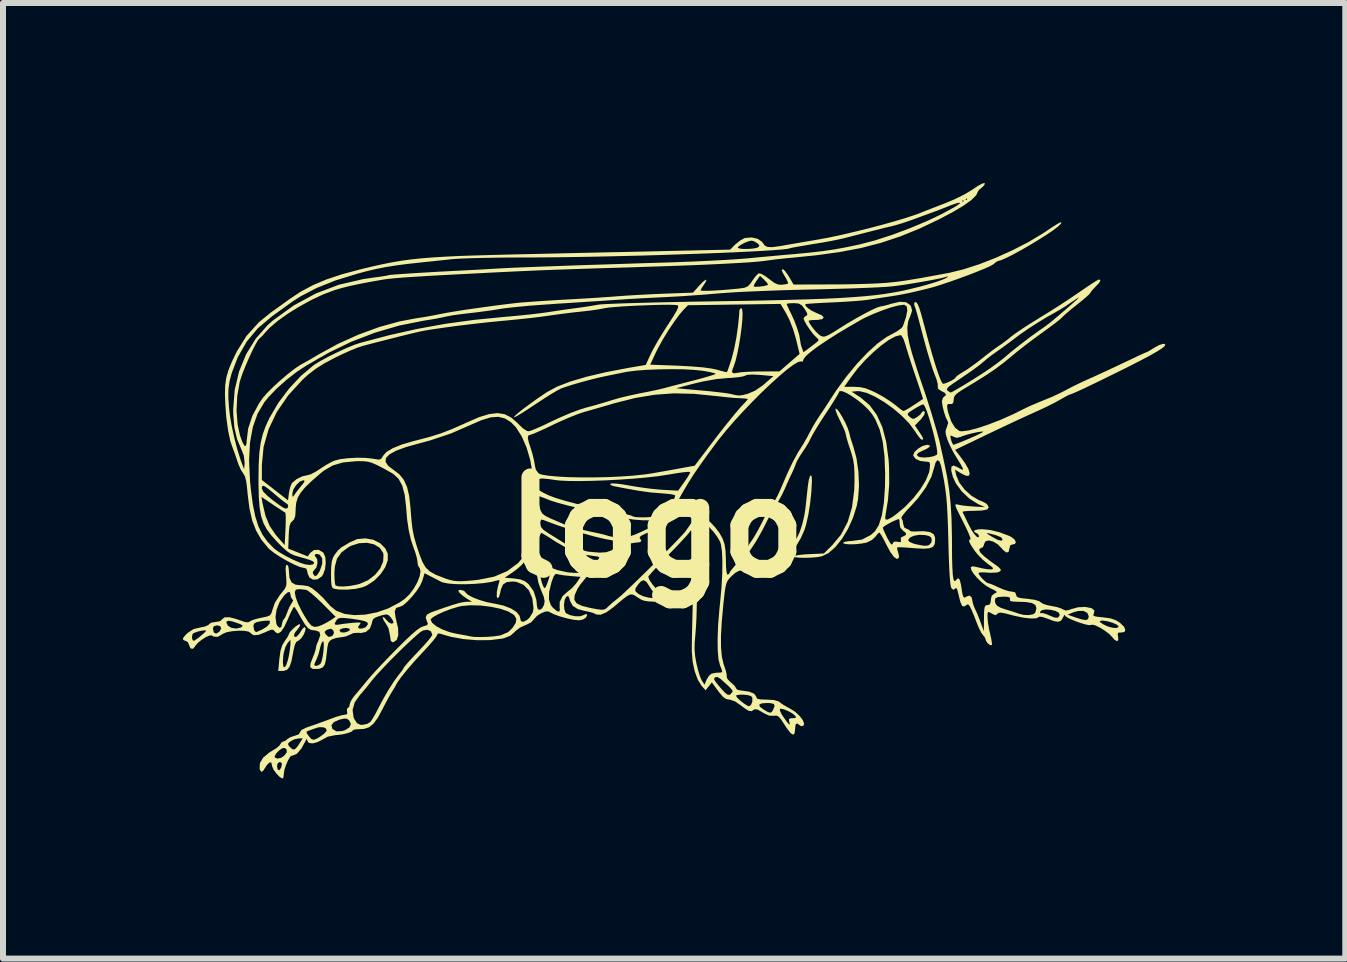
<source format=kicad_pcb>
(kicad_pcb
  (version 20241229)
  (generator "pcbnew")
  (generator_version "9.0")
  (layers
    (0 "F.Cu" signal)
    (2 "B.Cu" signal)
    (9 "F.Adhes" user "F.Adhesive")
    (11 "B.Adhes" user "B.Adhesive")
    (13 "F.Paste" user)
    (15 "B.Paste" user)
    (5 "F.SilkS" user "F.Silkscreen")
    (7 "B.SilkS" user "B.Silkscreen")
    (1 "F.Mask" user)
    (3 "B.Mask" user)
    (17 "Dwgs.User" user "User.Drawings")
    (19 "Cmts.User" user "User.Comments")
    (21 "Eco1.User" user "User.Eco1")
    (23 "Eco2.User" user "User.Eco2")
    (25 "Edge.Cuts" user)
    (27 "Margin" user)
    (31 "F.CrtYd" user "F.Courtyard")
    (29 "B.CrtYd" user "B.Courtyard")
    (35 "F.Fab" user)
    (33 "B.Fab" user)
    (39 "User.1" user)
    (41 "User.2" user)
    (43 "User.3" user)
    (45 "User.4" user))
  (footprint "logo"
    (layer "F.Cu")
    (at 7.897 5.743)
    (property "Reference" "logo" (at 0 0 0) (layer "F.SilkS") (effects (font (size 1.524 1.524) (thickness 0.3))))
    (attr board_only exclude_from_pos_files exclude_from_bom)
    (fp_poly (pts (xy 3.007 -1.969) (xy 3.048 -1.917) (xy 3.095 -1.839) (xy 3.143 -1.749) (xy 3.183 -1.659) (xy 3.208 -1.584) (xy 3.209 -1.578) (xy 3.233 -1.483) (xy 3.267 -1.379) (xy 3.274 -1.36) (xy 3.329 -1.16) (xy 3.362 -0.932) (xy 3.372 -0.696) (xy 3.357 -0.476) (xy 3.336 -0.366) (xy 3.274 -0.166) (xy 3.189 0.022) (xy 3.088 0.19) (xy 2.976 0.328) (xy 2.861 0.428) (xy 2.757 0.478) (xy 2.682 0.493) (xy 2.584 0.502) (xy 2.48 0.505) (xy 2.385 0.504) (xy 2.313 0.497) (xy 2.279 0.484) (xy 2.278 0.482) (xy 2.304 0.47) (xy 2.374 0.458) (xy 2.475 0.448) (xy 2.532 0.445) (xy 2.786 0.433) (xy 2.925 0.296) (xy 3.074 0.116) (xy 3.184 -0.094) (xy 3.256 -0.338) (xy 3.292 -0.621) (xy 3.297 -0.765) (xy 3.296 -0.917) (xy 3.29 -1.032) (xy 3.275 -1.13) (xy 3.249 -1.228) (xy 3.225 -1.302) (xy 3.19 -1.408) (xy 3.164 -1.497) (xy 3.151 -1.552) (xy 3.15 -1.56) (xy 3.138 -1.603) (xy 3.105 -1.679) (xy 3.059 -1.774) (xy 3.054 -1.784) (xy 3.011 -1.874) (xy 2.984 -1.945) (xy 2.98 -1.981) (xy 2.982 -1.983)) (stroke (width 0) (type solid)) (fill yes) (layer "F.SilkS"))
    (fp_poly (pts (xy -4.727 0.204) (xy -4.612 0.261) (xy -4.525 0.347) (xy -4.483 0.438) (xy -4.483 0.546) (xy -4.526 0.663) (xy -4.604 0.78) (xy -4.708 0.885) (xy -4.83 0.965) (xy -4.902 0.996) (xy -5.022 1.023) (xy -5.162 1.036) (xy -5.296 1.034) (xy -5.38 1.021) (xy -5.404 1.007) (xy -5.419 0.972) (xy -5.427 0.906) (xy -5.429 0.797) (xy -5.429 0.776) (xy -5.429 0.765) (xy -5.373 0.765) (xy -5.37 0.862) (xy -5.363 0.934) (xy -5.354 0.966) (xy -5.307 0.981) (xy -5.221 0.984) (xy -5.114 0.974) (xy -5 0.953) (xy -4.949 0.939) (xy -4.812 0.879) (xy -4.696 0.79) (xy -4.609 0.682) (xy -4.56 0.567) (xy -4.554 0.454) (xy -4.562 0.42) (xy -4.618 0.337) (xy -4.711 0.281) (xy -4.83 0.255) (xy -4.96 0.262) (xy -5.091 0.303) (xy -5.134 0.326) (xy -5.255 0.415) (xy -5.33 0.52) (xy -5.366 0.655) (xy -5.373 0.765) (xy -5.429 0.765) (xy -5.426 0.651) (xy -5.416 0.565) (xy -5.396 0.502) (xy -5.365 0.448) (xy -5.31 0.379) (xy -5.255 0.329) (xy -5.245 0.324) (xy -5.179 0.286) (xy -5.119 0.249) (xy -4.994 0.194) (xy -4.859 0.181)) (stroke (width 0) (type solid)) (fill yes) (layer "F.SilkS"))
    (fp_poly (pts (xy -5.948 1.644) (xy -5.983 1.693) (xy -5.987 1.697) (xy -6.03 1.752) (xy -6.048 1.795) (xy -6.048 1.795) (xy -6.034 1.827) (xy -6 1.817) (xy -5.957 1.771) (xy -5.941 1.744) (xy -5.903 1.688) (xy -5.874 1.66) (xy -5.872 1.66) (xy -5.852 1.679) (xy -5.86 1.727) (xy -5.886 1.788) (xy -5.924 1.845) (xy -5.966 1.883) (xy -5.982 1.89) (xy -6.011 1.911) (xy -6.036 1.968) (xy -6.059 2.071) (xy -6.064 2.104) (xy -6.091 2.237) (xy -6.122 2.324) (xy -6.161 2.371) (xy -6.215 2.39) (xy -6.238 2.391) (xy -6.309 2.391) (xy -6.296 2.256) (xy -6.232 2.256) (xy -6.223 2.319) (xy -6.202 2.331) (xy -6.174 2.291) (xy -6.145 2.198) (xy -6.132 2.14) (xy -6.116 2.043) (xy -6.106 1.961) (xy -6.105 1.93) (xy -6.106 1.871) (xy -6.157 1.932) (xy -6.19 1.995) (xy -6.217 2.088) (xy -6.225 2.14) (xy -6.232 2.256) (xy -6.296 2.256) (xy -6.29 2.189) (xy -6.272 2.058) (xy -6.243 1.964) (xy -6.202 1.895) (xy -6.158 1.832) (xy -6.134 1.787) (xy -6.132 1.779) (xy -6.114 1.743) (xy -6.07 1.695) (xy -6.016 1.647) (xy -5.968 1.616) (xy -5.945 1.613)) (stroke (width 0) (type solid)) (fill yes) (layer "F.SilkS"))
    (fp_poly (pts (xy 5.469 -5.741) (xy 5.461 -5.707) (xy 5.422 -5.669) (xy 5.375 -5.63) (xy 5.356 -5.604) (xy 5.325 -5.538) (xy 5.247 -5.46) (xy 5.119 -5.368) (xy 4.94 -5.261) (xy 4.712 -5.14) (xy 4.382 -4.983) (xy 4.062 -4.853) (xy 3.741 -4.746) (xy 3.406 -4.659) (xy 3.047 -4.591) (xy 2.653 -4.537) (xy 2.307 -4.502) (xy 2.158 -4.488) (xy 2.008 -4.472) (xy 1.878 -4.455) (xy 1.828 -4.448) (xy 1.721 -4.435) (xy 1.558 -4.421) (xy 1.343 -4.408) (xy 1.077 -4.394) (xy 0.762 -4.379) (xy 0.4 -4.365) (xy -0.008 -4.351) (xy -0.46 -4.336) (xy -0.661 -4.33) (xy -0.928 -4.322) (xy -1.204 -4.313) (xy -1.478 -4.304) (xy -1.737 -4.295) (xy -1.97 -4.286) (xy -2.165 -4.277) (xy -2.264 -4.273) (xy -2.679 -4.253) (xy -3.042 -4.234) (xy -3.356 -4.218) (xy -3.625 -4.204) (xy -3.852 -4.191) (xy -4.041 -4.179) (xy -4.196 -4.169) (xy -4.321 -4.159) (xy -4.419 -4.15) (xy -4.494 -4.142) (xy -4.543 -4.135) (xy -4.774 -4.095) (xy -4.961 -4.059) (xy -5.115 -4.026) (xy -5.248 -3.993) (xy -5.371 -3.956) (xy -5.375 -3.955) (xy -5.559 -3.886) (xy -5.758 -3.792) (xy -5.959 -3.682) (xy -6.15 -3.563) (xy -6.32 -3.442) (xy -6.455 -3.326) (xy -6.517 -3.26) (xy -6.57 -3.199) (xy -6.61 -3.161) (xy -6.618 -3.155) (xy -6.647 -3.122) (xy -6.69 -3.047) (xy -6.743 -2.944) (xy -6.799 -2.822) (xy -6.854 -2.694) (xy -6.903 -2.572) (xy -6.939 -2.466) (xy -6.952 -2.423) (xy -6.992 -2.192) (xy -7.004 -1.95) (xy -6.986 -1.718) (xy -6.947 -1.536) (xy -6.908 -1.427) (xy -6.876 -1.367) (xy -6.851 -1.356) (xy -6.838 -1.398) (xy -6.835 -1.447) (xy -6.81 -1.65) (xy -6.74 -1.862) (xy -6.628 -2.071) (xy -6.562 -2.165) (xy -6.491 -2.246) (xy -6.391 -2.345) (xy -6.274 -2.452) (xy -6.153 -2.555) (xy -6.04 -2.643) (xy -5.949 -2.705) (xy -5.925 -2.719) (xy -5.858 -2.755) (xy -5.762 -2.81) (xy -5.656 -2.873) (xy -5.639 -2.883) (xy -5.317 -3.059) (xy -4.974 -3.214) (xy -4.624 -3.342) (xy -4.283 -3.436) (xy -4.022 -3.485) (xy -3.882 -3.507) (xy -3.734 -3.533) (xy -3.61 -3.558) (xy -3.6 -3.56) (xy -3.5 -3.579) (xy -3.356 -3.603) (xy -3.179 -3.631) (xy -2.981 -3.659) (xy -2.773 -3.688) (xy -2.568 -3.715) (xy -2.377 -3.738) (xy -2.335 -3.743) (xy -2.239 -3.752) (xy -2.1 -3.762) (xy -1.931 -3.774) (xy -1.746 -3.786) (xy -1.561 -3.797) (xy -1.36 -3.808) (xy -1.151 -3.82) (xy -0.951 -3.833) (xy -0.776 -3.845) (xy -0.661 -3.854) (xy -0.508 -3.865) (xy -0.319 -3.876) (xy -0.115 -3.887) (xy 0.082 -3.896) (xy 0.141 -3.898) (xy 0.605 -3.915) (xy 0.703 -4.025) (xy 0.769 -4.094) (xy 0.813 -4.128) (xy 0.83 -4.128) (xy 0.815 -4.092) (xy 0.79 -4.053) (xy 0.751 -3.994) (xy 0.732 -3.955) (xy 0.731 -3.952) (xy 0.758 -3.946) (xy 0.831 -3.945) (xy 0.942 -3.949) (xy 1.081 -3.957) (xy 1.239 -3.97) (xy 1.372 -3.983) (xy 1.463 -3.996) (xy 1.52 -4.021) (xy 1.616 -4.021) (xy 1.617 -4.018) (xy 1.651 -4.012) (xy 1.714 -4.015) (xy 1.784 -4.024) (xy 1.839 -4.037) (xy 1.856 -4.049) (xy 1.838 -4.08) (xy 1.793 -4.128) (xy 1.789 -4.132) (xy 1.722 -4.195) (xy 1.664 -4.112) (xy 1.628 -4.056) (xy 1.616 -4.021) (xy 1.52 -4.021) (xy 1.52 -4.021) (xy 1.565 -4.07) (xy 1.591 -4.11) (xy 1.642 -4.18) (xy 1.687 -4.228) (xy 1.702 -4.237) (xy 1.743 -4.229) (xy 1.81 -4.19) (xy 1.87 -4.145) (xy 1.956 -4.08) (xy 2.023 -4.05) (xy 2.089 -4.046) (xy 2.089 -4.047) (xy 2.155 -4.056) (xy 2.19 -4.066) (xy 2.19 -4.066) (xy 2.184 -4.094) (xy 2.156 -4.152) (xy 2.141 -4.177) (xy 2.099 -4.251) (xy 2.084 -4.289) (xy 2.093 -4.302) (xy 2.107 -4.304) (xy 2.134 -4.281) (xy 2.177 -4.224) (xy 2.207 -4.177) (xy 2.281 -4.05) (xy 2.92 -4.052) (xy 3.125 -4.053) (xy 3.33 -4.057) (xy 3.522 -4.062) (xy 3.688 -4.069) (xy 3.815 -4.077) (xy 3.84 -4.079) (xy 3.938 -4.089) (xy 4.035 -4.1) (xy 4.139 -4.115) (xy 4.258 -4.134) (xy 4.403 -4.158) (xy 4.582 -4.191) (xy 4.804 -4.232) (xy 4.88 -4.246) (xy 5.116 -4.304) (xy 5.381 -4.39) (xy 5.66 -4.499) (xy 5.938 -4.625) (xy 6.201 -4.76) (xy 6.433 -4.9) (xy 6.471 -4.925) (xy 6.597 -5.009) (xy 6.682 -5.062) (xy 6.73 -5.087) (xy 6.746 -5.085) (xy 6.737 -5.063) (xy 6.694 -5.02) (xy 6.612 -4.957) (xy 6.5 -4.881) (xy 6.367 -4.797) (xy 6.224 -4.71) (xy 6.08 -4.627) (xy 5.945 -4.553) (xy 5.828 -4.494) (xy 5.74 -4.456) (xy 5.693 -4.444) (xy 5.659 -4.427) (xy 5.611 -4.387) (xy 5.566 -4.361) (xy 5.479 -4.321) (xy 5.359 -4.272) (xy 5.217 -4.216) (xy 5.062 -4.159) (xy 4.905 -4.103) (xy 4.757 -4.053) (xy 4.628 -4.012) (xy 4.543 -3.989) (xy 4.352 -3.942) (xy 4.198 -3.907) (xy 4.063 -3.88) (xy 3.93 -3.858) (xy 3.91 -3.855) (xy 3.776 -3.835) (xy 3.635 -3.813) (xy 3.53 -3.797) (xy 3.441 -3.786) (xy 3.311 -3.775) (xy 3.154 -3.764) (xy 2.987 -3.755) (xy 2.925 -3.752) (xy 2.775 -3.745) (xy 2.645 -3.738) (xy 2.547 -3.731) (xy 2.489 -3.726) (xy 2.478 -3.723) (xy 2.481 -3.696) (xy 2.522 -3.655) (xy 2.586 -3.612) (xy 2.66 -3.577) (xy 2.673 -3.572) (xy 2.756 -3.535) (xy 2.784 -3.5) (xy 2.759 -3.473) (xy 2.681 -3.46) (xy 2.658 -3.46) (xy 2.583 -3.457) (xy 2.537 -3.449) (xy 2.532 -3.444) (xy 2.55 -3.401) (xy 2.594 -3.336) (xy 2.651 -3.267) (xy 2.707 -3.213) (xy 2.733 -3.195) (xy 2.769 -3.182) (xy 2.808 -3.185) (xy 2.863 -3.208) (xy 2.945 -3.255) (xy 3.032 -3.31) (xy 3.174 -3.399) (xy 3.319 -3.484) (xy 3.456 -3.56) (xy 3.576 -3.622) (xy 3.669 -3.665) (xy 3.726 -3.684) (xy 3.731 -3.685) (xy 3.781 -3.693) (xy 3.861 -3.714) (xy 3.908 -3.729) (xy 4.052 -3.762) (xy 4.157 -3.755) (xy 4.225 -3.708) (xy 4.238 -3.687) (xy 4.257 -3.619) (xy 4.237 -3.551) (xy 4.235 -3.546) (xy 4.194 -3.443) (xy 4.177 -3.333) (xy 4.184 -3.205) (xy 4.216 -3.048) (xy 4.258 -2.896) (xy 4.305 -2.745) (xy 4.354 -2.59) (xy 4.4 -2.453) (xy 4.426 -2.377) (xy 4.469 -2.251) (xy 4.519 -2.098) (xy 4.572 -1.931) (xy 4.622 -1.764) (xy 4.667 -1.61) (xy 4.702 -1.483) (xy 4.724 -1.395) (xy 4.724 -1.392) (xy 4.742 -1.308) (xy 4.768 -1.193) (xy 4.794 -1.072) (xy 4.795 -1.069) (xy 4.841 -0.843) (xy 4.875 -0.625) (xy 4.899 -0.399) (xy 4.914 -0.153) (xy 4.921 0.128) (xy 4.922 0.273) (xy 4.923 0.495) (xy 4.928 0.664) (xy 4.935 0.784) (xy 4.946 0.86) (xy 4.961 0.893) (xy 4.981 0.888) (xy 4.993 0.872) (xy 5.024 0.844) (xy 5.051 0.872) (xy 5.072 0.955) (xy 5.078 0.992) (xy 5.094 1.096) (xy 5.11 1.153) (xy 5.13 1.17) (xy 5.159 1.156) (xy 5.163 1.152) (xy 5.214 1.134) (xy 5.25 1.164) (xy 5.26 1.213) (xy 5.273 1.276) (xy 5.303 1.353) (xy 5.306 1.357) (xy 5.343 1.437) (xy 5.384 1.54) (xy 5.402 1.588) (xy 5.453 1.73) (xy 5.455 1.512) (xy 5.457 1.402) (xy 5.464 1.337) (xy 5.477 1.305) (xy 5.501 1.294) (xy 5.513 1.294) (xy 5.554 1.281) (xy 5.569 1.232) (xy 5.569 1.225) (xy 5.637 1.225) (xy 5.644 1.26) (xy 5.672 1.303) (xy 5.736 1.339) (xy 5.819 1.367) (xy 5.916 1.396) (xy 5.998 1.423) (xy 6.034 1.436) (xy 6.118 1.457) (xy 6.205 1.46) (xy 6.277 1.446) (xy 6.312 1.418) (xy 6.315 1.403) (xy 6.392 1.403) (xy 6.392 1.429) (xy 6.403 1.427) (xy 6.442 1.428) (xy 6.51 1.45) (xy 6.54 1.464) (xy 6.631 1.501) (xy 6.685 1.504) (xy 6.712 1.474) (xy 6.718 1.454) (xy 6.717 1.453) (xy 6.849 1.453) (xy 6.976 1.498) (xy 7.086 1.533) (xy 7.155 1.543) (xy 7.19 1.527) (xy 7.201 1.485) (xy 7.201 1.479) (xy 7.177 1.422) (xy 7.115 1.391) (xy 7.027 1.391) (xy 6.944 1.414) (xy 6.849 1.453) (xy 6.717 1.453) (xy 6.7 1.418) (xy 6.644 1.39) (xy 6.567 1.372) (xy 6.488 1.366) (xy 6.423 1.377) (xy 6.392 1.403) (xy 6.315 1.403) (xy 6.329 1.344) (xy 6.312 1.292) (xy 6.255 1.259) (xy 6.153 1.242) (xy 6.013 1.238) (xy 5.929 1.234) (xy 5.891 1.223) (xy 5.888 1.198) (xy 5.889 1.195) (xy 5.888 1.169) (xy 5.851 1.156) (xy 5.781 1.153) (xy 5.69 1.159) (xy 5.645 1.18) (xy 5.637 1.225) (xy 5.569 1.225) (xy 5.569 1.209) (xy 5.584 1.137) (xy 5.633 1.099) (xy 5.666 1.083) (xy 5.663 1.066) (xy 5.62 1.04) (xy 5.566 1.016) (xy 5.488 0.97) (xy 5.409 0.907) (xy 5.337 0.836) (xy 5.279 0.766) (xy 5.243 0.705) (xy 5.235 0.662) (xy 5.262 0.647) (xy 5.305 0.653) (xy 5.38 0.67) (xy 5.413 0.678) (xy 5.5 0.694) (xy 5.572 0.699) (xy 5.588 0.698) (xy 5.609 0.685) (xy 5.592 0.66) (xy 5.531 0.614) (xy 5.52 0.607) (xy 5.434 0.536) (xy 5.345 0.444) (xy 5.302 0.39) (xy 5.236 0.291) (xy 5.207 0.23) (xy 5.214 0.201) (xy 5.231 0.197) (xy 5.229 0.174) (xy 5.205 0.11) (xy 5.163 0.017) (xy 5.106 -0.098) (xy 5.104 -0.102) (xy 5.04 -0.228) (xy 4.999 -0.311) (xy 4.98 -0.361) (xy 4.98 -0.383) (xy 4.997 -0.387) (xy 5.028 -0.38) (xy 5.097 -0.367) (xy 5.198 -0.356) (xy 5.288 -0.349) (xy 5.471 -0.339) (xy 5.358 -0.39) (xy 5.216 -0.478) (xy 5.087 -0.599) (xy 4.986 -0.737) (xy 4.937 -0.842) (xy 4.909 -0.951) (xy 4.913 -1.015) (xy 4.949 -1.033) (xy 5.015 -1.005) (xy 5.022 -1) (xy 5.077 -0.97) (xy 5.107 -0.963) (xy 5.108 -0.964) (xy 5.1 -0.991) (xy 5.067 -1.053) (xy 5.016 -1.136) (xy 5.009 -1.147) (xy 4.943 -1.257) (xy 4.884 -1.374) (xy 4.848 -1.459) (xy 4.827 -1.526) (xy 4.895 -1.526) (xy 4.903 -1.472) (xy 4.922 -1.415) (xy 4.942 -1.38) (xy 4.947 -1.378) (xy 4.978 -1.389) (xy 5.05 -1.416) (xy 5.148 -1.456) (xy 5.21 -1.482) (xy 5.314 -1.528) (xy 5.394 -1.566) (xy 5.438 -1.591) (xy 5.444 -1.598) (xy 5.41 -1.599) (xy 5.341 -1.588) (xy 5.253 -1.569) (xy 5.164 -1.545) (xy 5.09 -1.521) (xy 5.068 -1.511) (xy 5.001 -1.494) (xy 4.949 -1.513) (xy 4.907 -1.532) (xy 4.895 -1.526) (xy 4.827 -1.526) (xy 4.82 -1.547) (xy 4.814 -1.606) (xy 4.829 -1.655) (xy 4.836 -1.671) (xy 4.859 -1.745) (xy 4.847 -1.778) (xy 4.818 -1.836) (xy 4.789 -1.925) (xy 4.765 -2.022) (xy 4.754 -2.1) (xy 4.754 -2.107) (xy 4.771 -2.162) (xy 4.796 -2.184) (xy 4.824 -2.211) (xy 4.802 -2.245) (xy 4.737 -2.279) (xy 4.7 -2.306) (xy 4.836 -2.306) (xy 4.845 -2.283) (xy 4.887 -2.254) (xy 4.901 -2.25) (xy 4.932 -2.264) (xy 5.001 -2.303) (xy 5.101 -2.362) (xy 5.221 -2.435) (xy 5.287 -2.476) (xy 5.43 -2.567) (xy 5.569 -2.661) (xy 5.69 -2.749) (xy 5.781 -2.82) (xy 5.8 -2.836) (xy 5.913 -2.932) (xy 6.058 -3.047) (xy 6.219 -3.17) (xy 6.383 -3.288) (xy 6.47 -3.348) (xy 6.556 -3.413) (xy 6.68 -3.516) (xy 6.844 -3.657) (xy 7.018 -3.811) (xy 7.037 -3.832) (xy 7.015 -3.823) (xy 6.958 -3.786) (xy 6.927 -3.765) (xy 6.824 -3.695) (xy 6.722 -3.631) (xy 6.644 -3.586) (xy 6.507 -3.51) (xy 6.35 -3.414) (xy 6.19 -3.311) (xy 6.05 -3.214) (xy 5.984 -3.164) (xy 5.878 -3.084) (xy 5.758 -2.996) (xy 5.684 -2.944) (xy 5.591 -2.878) (xy 5.506 -2.813) (xy 5.457 -2.771) (xy 5.383 -2.709) (xy 5.265 -2.622) (xy 5.106 -2.512) (xy 4.931 -2.394) (xy 4.861 -2.342) (xy 4.836 -2.306) (xy 4.7 -2.306) (xy 4.689 -2.313) (xy 4.686 -2.345) (xy 4.684 -2.393) (xy 4.664 -2.47) (xy 4.644 -2.522) (xy 4.606 -2.622) (xy 4.561 -2.762) (xy 4.506 -2.947) (xy 4.442 -3.18) (xy 4.375 -3.435) (xy 4.345 -3.546) (xy 4.318 -3.639) (xy 4.298 -3.696) (xy 4.293 -3.707) (xy 4.294 -3.746) (xy 4.303 -3.755) (xy 4.325 -3.755) (xy 4.349 -3.725) (xy 4.377 -3.659) (xy 4.411 -3.549) (xy 4.453 -3.392) (xy 4.458 -3.375) (xy 4.529 -3.107) (xy 4.595 -2.875) (xy 4.653 -2.684) (xy 4.702 -2.538) (xy 4.742 -2.44) (xy 4.768 -2.396) (xy 4.798 -2.399) (xy 4.855 -2.42) (xy 4.918 -2.451) (xy 4.966 -2.481) (xy 4.979 -2.497) (xy 5.001 -2.523) (xy 5.059 -2.564) (xy 5.098 -2.587) (xy 5.177 -2.636) (xy 5.279 -2.708) (xy 5.387 -2.789) (xy 5.415 -2.811) (xy 5.515 -2.89) (xy 5.608 -2.961) (xy 5.68 -3.012) (xy 5.696 -3.023) (xy 5.766 -3.071) (xy 5.855 -3.138) (xy 5.907 -3.181) (xy 5.978 -3.234) (xy 6.085 -3.307) (xy 6.214 -3.391) (xy 6.353 -3.477) (xy 6.386 -3.498) (xy 6.548 -3.597) (xy 6.727 -3.711) (xy 6.9 -3.825) (xy 7.043 -3.922) (xy 7.158 -4.001) (xy 7.257 -4.067) (xy 7.33 -4.113) (xy 7.369 -4.134) (xy 7.372 -4.135) (xy 7.397 -4.12) (xy 7.374 -4.076) (xy 7.313 -4.013) (xy 7.261 -3.958) (xy 7.231 -3.918) (xy 7.229 -3.912) (xy 7.208 -3.886) (xy 7.152 -3.835) (xy 7.07 -3.766) (xy 7.002 -3.712) (xy 6.905 -3.634) (xy 6.825 -3.566) (xy 6.772 -3.518) (xy 6.756 -3.501) (xy 6.727 -3.474) (xy 6.661 -3.421) (xy 6.567 -3.35) (xy 6.455 -3.268) (xy 6.427 -3.248) (xy 6.29 -3.148) (xy 6.149 -3.042) (xy 6.02 -2.941) (xy 5.926 -2.864) (xy 5.79 -2.752) (xy 5.649 -2.646) (xy 5.491 -2.539) (xy 5.302 -2.421) (xy 5.183 -2.349) (xy 5.073 -2.282) (xy 5.005 -2.234) (xy 4.967 -2.195) (xy 4.953 -2.157) (xy 4.951 -2.13) (xy 4.942 -2.073) (xy 4.912 -2.057) (xy 4.899 -2.059) (xy 4.857 -2.059) (xy 4.84 -2.034) (xy 4.846 -1.973) (xy 4.862 -1.905) (xy 4.911 -1.764) (xy 4.973 -1.664) (xy 5.043 -1.61) (xy 5.08 -1.603) (xy 5.195 -1.617) (xy 5.349 -1.656) (xy 5.531 -1.717) (xy 5.732 -1.795) (xy 5.941 -1.888) (xy 6.104 -1.969) (xy 6.214 -2.022) (xy 6.347 -2.079) (xy 6.455 -2.123) (xy 6.585 -2.176) (xy 6.723 -2.24) (xy 6.82 -2.29) (xy 6.935 -2.35) (xy 7.072 -2.417) (xy 7.201 -2.476) (xy 7.307 -2.523) (xy 7.446 -2.587) (xy 7.603 -2.66) (xy 7.759 -2.734) (xy 7.785 -2.746) (xy 7.918 -2.809) (xy 8.031 -2.863) (xy 8.117 -2.902) (xy 8.166 -2.923) (xy 8.173 -2.925) (xy 8.202 -2.94) (xy 8.262 -2.976) (xy 8.297 -2.998) (xy 8.373 -3.04) (xy 8.438 -3.061) (xy 8.457 -3.061) (xy 8.478 -3.049) (xy 8.467 -3.024) (xy 8.422 -2.986) (xy 8.34 -2.934) (xy 8.219 -2.865) (xy 8.057 -2.779) (xy 7.851 -2.674) (xy 7.599 -2.549) (xy 7.298 -2.402) (xy 7.253 -2.381) (xy 7.129 -2.321) (xy 7.022 -2.272) (xy 6.944 -2.237) (xy 6.904 -2.222) (xy 6.902 -2.222) (xy 6.867 -2.209) (xy 6.799 -2.173) (xy 6.723 -2.13) (xy 6.627 -2.077) (xy 6.5 -2.013) (xy 6.363 -1.949) (xy 6.301 -1.921) (xy 6.19 -1.871) (xy 6.041 -1.803) (xy 5.869 -1.722) (xy 5.686 -1.636) (xy 5.506 -1.55) (xy 5.504 -1.549) (xy 4.974 -1.294) (xy 5.057 -1.188) (xy 5.143 -1.068) (xy 5.197 -0.971) (xy 5.217 -0.901) (xy 5.204 -0.863) (xy 5.157 -0.862) (xy 5.077 -0.9) (xy 5.076 -0.901) (xy 4.972 -0.965) (xy 4.993 -0.869) (xy 5.043 -0.75) (xy 5.133 -0.631) (xy 5.248 -0.528) (xy 5.374 -0.454) (xy 5.419 -0.438) (xy 5.485 -0.404) (xy 5.515 -0.377) (xy 5.535 -0.332) (xy 5.506 -0.3) (xy 5.425 -0.283) (xy 5.292 -0.278) (xy 5.289 -0.278) (xy 5.192 -0.276) (xy 5.124 -0.27) (xy 5.097 -0.261) (xy 5.098 -0.259) (xy 5.114 -0.226) (xy 5.148 -0.155) (xy 5.192 -0.063) (xy 5.197 -0.053) (xy 5.248 0.043) (xy 5.298 0.115) (xy 5.339 0.158) (xy 5.366 0.163) (xy 5.373 0.139) (xy 5.35 0.105) (xy 5.338 0.099) (xy 5.503 0.099) (xy 5.541 0.125) (xy 5.583 0.151) (xy 5.684 0.206) (xy 5.745 0.221) (xy 5.766 0.198) (xy 5.766 0.196) (xy 5.739 0.163) (xy 5.657 0.129) (xy 5.555 0.102) (xy 5.509 0.093) (xy 5.503 0.099) (xy 5.338 0.099) (xy 5.33 0.095) (xy 5.289 0.069) (xy 5.299 0.047) (xy 5.354 0.032) (xy 5.422 0.028) (xy 5.561 0.042) (xy 5.718 0.081) (xy 5.867 0.137) (xy 5.907 0.156) (xy 5.965 0.2) (xy 5.987 0.244) (xy 5.97 0.275) (xy 5.937 0.281) (xy 5.892 0.297) (xy 5.879 0.352) (xy 5.879 0.352) (xy 5.865 0.408) (xy 5.829 0.417) (xy 5.777 0.378) (xy 5.755 0.352) (xy 5.686 0.281) (xy 5.609 0.235) (xy 5.538 0.216) (xy 5.483 0.228) (xy 5.458 0.273) (xy 5.457 0.284) (xy 5.438 0.328) (xy 5.413 0.338) (xy 5.379 0.359) (xy 5.378 0.385) (xy 5.4 0.424) (xy 5.457 0.479) (xy 5.554 0.555) (xy 5.694 0.656) (xy 5.736 0.699) (xy 5.727 0.732) (xy 5.67 0.751) (xy 5.569 0.755) (xy 5.524 0.752) (xy 5.422 0.747) (xy 5.371 0.753) (xy 5.363 0.77) (xy 5.363 0.77) (xy 5.405 0.829) (xy 5.46 0.885) (xy 5.508 0.923) (xy 5.525 0.928) (xy 5.566 0.94) (xy 5.638 0.97) (xy 5.696 0.998) (xy 5.79 1.037) (xy 5.876 1.063) (xy 5.914 1.068) (xy 5.974 1.08) (xy 5.991 1.121) (xy 5.991 1.121) (xy 6 1.15) (xy 6.032 1.169) (xy 6.1 1.181) (xy 6.18 1.189) (xy 6.3 1.205) (xy 6.377 1.229) (xy 6.398 1.245) (xy 6.442 1.273) (xy 6.52 1.297) (xy 6.573 1.307) (xy 6.667 1.325) (xy 6.743 1.35) (xy 6.768 1.363) (xy 6.814 1.384) (xy 6.87 1.376) (xy 6.91 1.361) (xy 7.023 1.33) (xy 7.142 1.324) (xy 7.241 1.343) (xy 7.259 1.351) (xy 7.297 1.386) (xy 7.287 1.432) (xy 7.277 1.46) (xy 7.292 1.477) (xy 7.343 1.488) (xy 7.439 1.498) (xy 7.441 1.498) (xy 7.565 1.515) (xy 7.655 1.546) (xy 7.723 1.589) (xy 7.788 1.652) (xy 7.812 1.706) (xy 7.797 1.742) (xy 7.74 1.751) (xy 7.738 1.751) (xy 7.692 1.753) (xy 7.684 1.786) (xy 7.69 1.812) (xy 7.695 1.876) (xy 7.672 1.895) (xy 7.628 1.869) (xy 7.594 1.828) (xy 7.544 1.776) (xy 7.471 1.72) (xy 7.39 1.67) (xy 7.315 1.633) (xy 7.261 1.619) (xy 7.246 1.624) (xy 7.208 1.628) (xy 7.136 1.613) (xy 7.045 1.585) (xy 6.982 1.562) (xy 7.384 1.562) (xy 7.394 1.581) (xy 7.45 1.617) (xy 7.454 1.62) (xy 7.527 1.653) (xy 7.603 1.672) (xy 7.665 1.675) (xy 7.697 1.66) (xy 7.698 1.646) (xy 7.665 1.617) (xy 7.598 1.588) (xy 7.517 1.564) (xy 7.442 1.552) (xy 7.413 1.553) (xy 7.384 1.562) (xy 6.982 1.562) (xy 6.951 1.55) (xy 6.869 1.514) (xy 6.816 1.481) (xy 6.805 1.465) (xy 6.796 1.455) (xy 6.777 1.492) (xy 6.774 1.498) (xy 6.743 1.551) (xy 6.695 1.572) (xy 6.62 1.56) (xy 6.515 1.52) (xy 6.433 1.492) (xy 6.381 1.486) (xy 6.37 1.492) (xy 6.327 1.514) (xy 6.24 1.517) (xy 6.119 1.504) (xy 5.976 1.475) (xy 5.918 1.46) (xy 5.806 1.431) (xy 5.736 1.419) (xy 5.697 1.423) (xy 5.679 1.439) (xy 5.651 1.462) (xy 5.607 1.446) (xy 5.599 1.442) (xy 5.549 1.414) (xy 5.528 1.406) (xy 5.515 1.432) (xy 5.514 1.498) (xy 5.523 1.592) (xy 5.541 1.701) (xy 5.558 1.772) (xy 5.578 1.864) (xy 5.588 1.933) (xy 5.586 1.961) (xy 5.556 1.96) (xy 5.516 1.929) (xy 5.488 1.887) (xy 5.485 1.871) (xy 5.465 1.824) (xy 5.444 1.801) (xy 5.411 1.756) (xy 5.372 1.679) (xy 5.348 1.622) (xy 5.291 1.475) (xy 5.249 1.374) (xy 5.218 1.313) (xy 5.196 1.285) (xy 5.177 1.283) (xy 5.168 1.29) (xy 5.124 1.319) (xy 5.09 1.304) (xy 5.061 1.24) (xy 5.038 1.148) (xy 5.015 1.052) (xy 4.995 1.009) (xy 4.978 1.014) (xy 4.95 1.04) (xy 4.917 1.018) (xy 4.904 0.99) (xy 4.894 0.928) (xy 4.885 0.829) (xy 4.877 0.688) (xy 4.869 0.5) (xy 4.862 0.261) (xy 4.862 0.231) (xy 4.855 -0.015) (xy 4.847 -0.215) (xy 4.838 -0.381) (xy 4.826 -0.525) (xy 4.809 -0.656) (xy 4.788 -0.786) (xy 4.761 -0.927) (xy 4.738 -1.034) (xy 4.712 -1.104) (xy 4.68 -1.122) (xy 4.65 -1.087) (xy 4.627 -1.006) (xy 4.578 -0.844) (xy 4.487 -0.669) (xy 4.359 -0.492) (xy 4.241 -0.361) (xy 4.162 -0.278) (xy 4.106 -0.21) (xy 4.078 -0.166) (xy 4.079 -0.154) (xy 4.1 -0.116) (xy 4.107 -0.066) (xy 4.126 -0.001) (xy 4.163 0.02) (xy 4.209 0.04) (xy 4.219 0.055) (xy 4.244 0.065) (xy 4.308 0.067) (xy 4.353 0.064) (xy 4.451 0.062) (xy 4.54 0.074) (xy 4.564 0.081) (xy 4.618 0.113) (xy 4.639 0.165) (xy 4.641 0.209) (xy 4.634 0.277) (xy 4.606 0.322) (xy 4.549 0.346) (xy 4.455 0.354) (xy 4.316 0.347) (xy 4.276 0.343) (xy 4.163 0.335) (xy 4.072 0.33) (xy 4.018 0.33) (xy 4.009 0.332) (xy 4.009 0.364) (xy 4.024 0.413) (xy 4.039 0.474) (xy 4.035 0.509) (xy 4.001 0.524) (xy 3.953 0.489) (xy 3.894 0.408) (xy 3.827 0.284) (xy 3.827 0.284) (xy 3.779 0.19) (xy 3.739 0.12) (xy 3.714 0.086) (xy 3.711 0.084) (xy 3.683 0.105) (xy 3.646 0.153) (xy 3.589 0.207) (xy 3.508 0.248) (xy 3.495 0.252) (xy 3.412 0.268) (xy 3.318 0.278) (xy 3.226 0.281) (xy 3.153 0.276) (xy 3.111 0.265) (xy 3.108 0.253) (xy 3.145 0.236) (xy 3.216 0.226) (xy 3.251 0.225) (xy 3.422 0.201) (xy 3.567 0.126) (xy 3.637 0.064) (xy 3.676 0.002) (xy 3.769 0.002) (xy 3.781 0.041) (xy 3.813 0.111) (xy 3.845 0.177) (xy 3.89 0.257) (xy 3.918 0.287) (xy 3.932 0.272) (xy 3.954 0.236) (xy 4.005 0.236) (xy 4.014 0.238) (xy 4.064 0.245) (xy 4.073 0.225) (xy 4.069 0.213) (xy 4.191 0.213) (xy 4.216 0.241) (xy 4.28 0.268) (xy 4.311 0.277) (xy 4.408 0.297) (xy 4.468 0.305) (xy 4.509 0.302) (xy 4.54 0.292) (xy 4.576 0.254) (xy 4.585 0.21) (xy 4.575 0.166) (xy 4.537 0.141) (xy 4.471 0.126) (xy 4.375 0.122) (xy 4.286 0.138) (xy 4.219 0.169) (xy 4.191 0.211) (xy 4.191 0.213) (xy 4.069 0.213) (xy 4.068 0.21) (xy 4.072 0.167) (xy 4.107 0.149) (xy 4.156 0.123) (xy 4.151 0.088) (xy 4.107 0.056) (xy 4.06 0.001) (xy 4.05 -0.057) (xy 4.047 -0.116) (xy 4.04 -0.141) (xy 4.04 -0.141) (xy 3.998 -0.129) (xy 3.931 -0.099) (xy 3.859 -0.061) (xy 3.799 -0.025) (xy 3.77 -0.000021) (xy 3.769 0.002) (xy 3.676 0.002) (xy 3.703 -0.042) (xy 3.753 -0.202) (xy 3.787 -0.414) (xy 3.805 -0.679) (xy 3.808 -0.9) (xy 3.797 -1.189) (xy 3.767 -1.431) (xy 3.716 -1.634) (xy 3.643 -1.804) (xy 3.589 -1.891) (xy 3.525 -1.968) (xy 3.442 -2.048) (xy 3.348 -2.124) (xy 3.253 -2.19) (xy 3.165 -2.242) (xy 3.112 -2.264) (xy 3.249 -2.264) (xy 3.395 -2.169) (xy 3.547 -2.042) (xy 3.668 -1.878) (xy 3.761 -1.673) (xy 3.826 -1.425) (xy 3.865 -1.13) (xy 3.873 -1.005) (xy 3.876 -0.727) (xy 3.855 -0.458) (xy 3.809 -0.177) (xy 3.813 -0.134) (xy 3.849 -0.132) (xy 3.921 -0.17) (xy 3.982 -0.213) (xy 4.136 -0.341) (xy 4.276 -0.486) (xy 4.395 -0.638) (xy 4.486 -0.786) (xy 4.54 -0.92) (xy 4.55 -0.972) (xy 4.556 -1.049) (xy 4.548 -1.085) (xy 4.517 -1.096) (xy 4.492 -1.097) (xy 4.389 -1.11) (xy 4.313 -1.146) (xy 4.277 -1.197) (xy 4.276 -1.209) (xy 4.299 -1.261) (xy 4.358 -1.315) (xy 4.432 -1.359) (xy 4.504 -1.378) (xy 4.508 -1.378) (xy 4.552 -1.369) (xy 4.548 -1.345) (xy 4.499 -1.311) (xy 4.444 -1.286) (xy 4.363 -1.246) (xy 4.335 -1.211) (xy 4.361 -1.183) (xy 4.39 -1.173) (xy 4.46 -1.166) (xy 4.545 -1.173) (xy 4.622 -1.19) (xy 4.67 -1.213) (xy 4.673 -1.217) (xy 4.676 -1.258) (xy 4.665 -1.339) (xy 4.642 -1.448) (xy 4.612 -1.574) (xy 4.576 -1.705) (xy 4.539 -1.83) (xy 4.503 -1.937) (xy 4.471 -2.015) (xy 4.447 -2.052) (xy 4.443 -2.053) (xy 4.406 -2.04) (xy 4.339 -2.004) (xy 4.289 -1.974) (xy 4.216 -1.927) (xy 4.185 -1.898) (xy 4.188 -1.873) (xy 4.216 -1.845) (xy 4.259 -1.813) (xy 4.296 -1.815) (xy 4.343 -1.843) (xy 4.395 -1.884) (xy 4.416 -1.916) (xy 4.416 -1.916) (xy 4.438 -1.94) (xy 4.444 -1.941) (xy 4.471 -1.924) (xy 4.459 -1.877) (xy 4.41 -1.81) (xy 4.388 -1.787) (xy 4.304 -1.7) (xy 4.374 -1.597) (xy 4.423 -1.521) (xy 4.442 -1.48) (xy 4.432 -1.464) (xy 4.418 -1.463) (xy 4.391 -1.485) (xy 4.346 -1.543) (xy 4.299 -1.614) (xy 4.206 -1.738) (xy 4.084 -1.863) (xy 3.943 -1.983) (xy 3.792 -2.091) (xy 3.642 -2.18) (xy 3.503 -2.243) (xy 3.385 -2.272) (xy 3.339 -2.273) (xy 3.249 -2.264) (xy 3.112 -2.264) (xy 3.094 -2.272) (xy 3.049 -2.274) (xy 3.038 -2.254) (xy 3.023 -2.223) (xy 2.982 -2.155) (xy 2.922 -2.058) (xy 2.847 -1.943) (xy 2.825 -1.91) (xy 2.742 -1.783) (xy 2.668 -1.665) (xy 2.609 -1.567) (xy 2.574 -1.501) (xy 2.571 -1.494) (xy 2.531 -1.415) (xy 2.473 -1.32) (xy 2.436 -1.266) (xy 2.38 -1.181) (xy 2.336 -1.103) (xy 2.321 -1.066) (xy 2.294 -0.995) (xy 2.256 -0.91) (xy 2.251 -0.9) (xy 2.211 -0.817) (xy 2.164 -0.711) (xy 2.136 -0.647) (xy 2.087 -0.543) (xy 2.033 -0.446) (xy 2.004 -0.4) (xy 1.961 -0.333) (xy 1.904 -0.232) (xy 1.843 -0.117) (xy 1.823 -0.077) (xy 1.762 0.043) (xy 1.699 0.157) (xy 1.646 0.247) (xy 1.633 0.267) (xy 1.567 0.365) (xy 1.498 0.468) (xy 1.483 0.49) (xy 1.443 0.56) (xy 1.424 0.613) (xy 1.426 0.628) (xy 1.462 0.641) (xy 1.539 0.644) (xy 1.64 0.64) (xy 1.752 0.63) (xy 1.858 0.614) (xy 1.945 0.594) (xy 1.983 0.579) (xy 2.076 0.512) (xy 2.176 0.407) (xy 2.273 0.278) (xy 2.353 0.141) (xy 2.383 0.076) (xy 2.424 -0.046) (xy 2.459 -0.191) (xy 2.478 -0.309) (xy 2.493 -0.446) (xy 2.508 -0.59) (xy 2.52 -0.696) (xy 2.535 -0.792) (xy 2.553 -0.852) (xy 2.571 -0.872) (xy 2.583 -0.847) (xy 2.587 -0.781) (xy 2.578 -0.595) (xy 2.557 -0.398) (xy 2.526 -0.206) (xy 2.488 -0.04) (xy 2.461 0.046) (xy 2.399 0.183) (xy 2.315 0.324) (xy 2.221 0.455) (xy 2.127 0.559) (xy 2.067 0.608) (xy 1.953 0.657) (xy 1.786 0.69) (xy 1.567 0.706) (xy 1.548 0.706) (xy 1.441 0.711) (xy 1.371 0.723) (xy 1.318 0.75) (xy 1.263 0.797) (xy 1.251 0.808) (xy 1.211 0.848) (xy 1.182 0.886) (xy 1.162 0.931) (xy 1.146 0.995) (xy 1.132 1.09) (xy 1.117 1.225) (xy 1.11 1.289) (xy 1.084 1.574) (xy 1.071 1.809) (xy 1.072 2) (xy 1.086 2.154) (xy 1.114 2.274) (xy 1.124 2.305) (xy 1.153 2.391) (xy 1.167 2.458) (xy 1.166 2.483) (xy 1.177 2.522) (xy 1.223 2.572) (xy 1.237 2.583) (xy 1.293 2.633) (xy 1.321 2.675) (xy 1.322 2.681) (xy 1.348 2.707) (xy 1.419 2.72) (xy 1.434 2.721) (xy 1.545 2.737) (xy 1.624 2.771) (xy 1.659 2.818) (xy 1.66 2.828) (xy 1.673 2.852) (xy 1.721 2.865) (xy 1.812 2.869) (xy 1.833 2.869) (xy 1.958 2.877) (xy 2.035 2.9) (xy 2.051 2.913) (xy 2.102 2.951) (xy 2.182 2.997) (xy 2.222 3.018) (xy 2.307 3.072) (xy 2.38 3.139) (xy 2.434 3.209) (xy 2.457 3.268) (xy 2.448 3.302) (xy 2.408 3.313) (xy 2.385 3.297) (xy 2.34 3.265) (xy 2.315 3.284) (xy 2.307 3.356) (xy 2.307 3.361) (xy 2.298 3.433) (xy 2.272 3.454) (xy 2.228 3.423) (xy 2.164 3.34) (xy 2.132 3.29) (xy 2.075 3.202) (xy 2.034 3.154) (xy 1.998 3.136) (xy 1.955 3.138) (xy 1.949 3.139) (xy 1.872 3.136) (xy 1.783 3.094) (xy 1.761 3.08) (xy 1.682 3.035) (xy 1.634 3.029) (xy 1.622 3.036) (xy 1.581 3.062) (xy 1.532 3.055) (xy 1.463 3.012) (xy 1.406 2.968) (xy 1.307 2.9) (xy 1.222 2.87) (xy 1.209 2.869) (xy 1.155 2.859) (xy 1.103 2.821) (xy 1.09 2.806) (xy 1.322 2.806) (xy 1.342 2.838) (xy 1.393 2.886) (xy 1.455 2.935) (xy 1.512 2.971) (xy 1.539 2.981) (xy 1.571 2.957) (xy 1.573 2.954) (xy 1.708 2.954) (xy 1.721 2.989) (xy 1.779 3.033) (xy 1.853 3.076) (xy 1.895 3.088) (xy 1.922 3.07) (xy 1.94 3.04) (xy 1.946 3.023) (xy 2.054 3.023) (xy 2.054 3.053) (xy 2.082 3.112) (xy 2.116 3.165) (xy 2.176 3.248) (xy 2.21 3.284) (xy 2.219 3.278) (xy 2.208 3.235) (xy 2.204 3.194) (xy 2.239 3.179) (xy 2.266 3.179) (xy 2.316 3.174) (xy 2.319 3.153) (xy 2.309 3.139) (xy 2.259 3.098) (xy 2.189 3.059) (xy 2.117 3.03) (xy 2.064 3.02) (xy 2.054 3.023) (xy 1.946 3.023) (xy 1.965 2.976) (xy 1.951 2.941) (xy 1.891 2.927) (xy 1.844 2.925) (xy 1.749 2.932) (xy 1.708 2.954) (xy 1.573 2.954) (xy 1.593 2.908) (xy 1.594 2.837) (xy 1.572 2.81) (xy 1.524 2.795) (xy 1.454 2.787) (xy 1.383 2.787) (xy 1.333 2.795) (xy 1.322 2.806) (xy 1.09 2.806) (xy 1.039 2.745) (xy 1.024 2.725) (xy 0.919 2.582) (xy 0.867 2.648) (xy 0.815 2.714) (xy 0.747 2.638) (xy 0.685 2.538) (xy 0.634 2.399) (xy 0.599 2.237) (xy 0.585 2.068) (xy 0.585 2.054) (xy 0.585 2.039) (xy 0.631 2.039) (xy 0.641 2.149) (xy 0.662 2.266) (xy 0.69 2.38) (xy 0.72 2.479) (xy 0.749 2.546) (xy 0.752 2.552) (xy 0.797 2.62) (xy 0.831 2.538) (xy 0.836 2.529) (xy 0.956 2.529) (xy 0.974 2.561) (xy 1.019 2.62) (xy 1.072 2.683) (xy 1.14 2.756) (xy 1.185 2.789) (xy 1.217 2.789) (xy 1.227 2.782) (xy 1.26 2.744) (xy 1.266 2.728) (xy 1.247 2.696) (xy 1.2 2.647) (xy 1.193 2.64) (xy 1.124 2.578) (xy 1.065 2.524) (xy 1.011 2.492) (xy 0.969 2.498) (xy 0.956 2.529) (xy 0.836 2.529) (xy 0.87 2.474) (xy 0.913 2.437) (xy 0.98 2.423) (xy 1.029 2.419) (xy 1.075 2.418) (xy 1.092 2.405) (xy 1.083 2.366) (xy 1.055 2.297) (xy 1.03 2.198) (xy 1.017 2.05) (xy 1.015 1.86) (xy 1.023 1.633) (xy 1.044 1.375) (xy 1.055 1.266) (xy 1.079 1.008) (xy 1.092 0.774) (xy 1.095 0.571) (xy 1.088 0.405) (xy 1.071 0.284) (xy 1.057 0.24) (xy 1.013 0.161) (xy 0.948 0.073) (xy 0.873 -0.009) (xy 0.801 -0.075) (xy 0.744 -0.11) (xy 0.729 -0.113) (xy 0.67 -0.089) (xy 0.642 -0.027) (xy 0.649 0.062) (xy 0.65 0.068) (xy 0.659 0.127) (xy 0.665 0.234) (xy 0.67 0.378) (xy 0.673 0.55) (xy 0.674 0.742) (xy 0.674 0.943) (xy 0.671 1.145) (xy 0.667 1.339) (xy 0.662 1.514) (xy 0.654 1.663) (xy 0.646 1.767) (xy 0.633 1.919) (xy 0.631 2.039) (xy 0.585 2.039) (xy 0.585 1.976) (xy 0.587 1.852) (xy 0.59 1.691) (xy 0.595 1.502) (xy 0.6 1.297) (xy 0.605 1.107) (xy 0.61 0.896) (xy 0.613 0.695) (xy 0.614 0.513) (xy 0.613 0.36) (xy 0.61 0.246) (xy 0.606 0.182) (xy 0.594 0.093) (xy 0.583 0.051) (xy 0.568 0.05) (xy 0.544 0.081) (xy 0.539 0.088) (xy 0.504 0.13) (xy 0.436 0.204) (xy 0.346 0.301) (xy 0.239 0.411) (xy 0.176 0.476) (xy 0.069 0.587) (xy -0.023 0.684) (xy -0.092 0.76) (xy -0.133 0.808) (xy -0.141 0.821) (xy -0.122 0.873) (xy -0.074 0.945) (xy -0.011 1.021) (xy 0.054 1.084) (xy 0.087 1.108) (xy 0.199 1.144) (xy 0.327 1.139) (xy 0.449 1.093) (xy 0.481 1.071) (xy 0.543 1.034) (xy 0.57 1.035) (xy 0.562 1.068) (xy 0.517 1.125) (xy 0.493 1.148) (xy 0.45 1.188) (xy 0.411 1.213) (xy 0.363 1.228) (xy 0.294 1.235) (xy 0.191 1.237) (xy 0.093 1.238) (xy -0.045 1.237) (xy -0.14 1.232) (xy -0.207 1.221) (xy -0.259 1.202) (xy -0.309 1.171) (xy -0.317 1.166) (xy -0.365 1.134) (xy -0.403 1.116) (xy -0.441 1.117) (xy -0.488 1.139) (xy -0.553 1.187) (xy -0.647 1.265) (xy -0.722 1.329) (xy -0.839 1.414) (xy -0.935 1.454) (xy -1.007 1.45) (xy -1.02 1.442) (xy -1.068 1.421) (xy -1.147 1.401) (xy -1.181 1.395) (xy -1.314 1.361) (xy -1.4 1.306) (xy -1.445 1.224) (xy -1.449 1.209) (xy -1.45 1.204) (xy -1.374 1.204) (xy -1.337 1.262) (xy -1.251 1.305) (xy -1.116 1.339) (xy -1.001 1.361) (xy -0.926 1.371) (xy -0.879 1.368) (xy -0.845 1.352) (xy -0.811 1.32) (xy -0.806 1.315) (xy -0.743 1.258) (xy -0.662 1.192) (xy -0.634 1.17) (xy -0.584 1.127) (xy -0.51 1.058) (xy -0.357 1.058) (xy -0.317 1.098) (xy -0.281 1.121) (xy -0.215 1.149) (xy -0.134 1.169) (xy -0.055 1.178) (xy 0.005 1.174) (xy 0.028 1.156) (xy 0.006 1.125) (xy -0.012 1.116) (xy -0.05 1.083) (xy -0.098 1.019) (xy -0.118 0.986) (xy -0.171 0.906) (xy -0.217 0.878) (xy -0.264 0.898) (xy -0.307 0.946) (xy -0.353 1.013) (xy -0.357 1.058) (xy -0.51 1.058) (xy -0.504 1.052) (xy -0.399 0.952) (xy -0.277 0.834) (xy -0.144 0.704) (xy -0.009 0.57) (xy 0.123 0.438) (xy 0.244 0.315) (xy 0.347 0.209) (xy 0.425 0.126) (xy 0.472 0.074) (xy 0.477 0.067) (xy 0.548 -0.033) (xy 0.593 -0.103) (xy 0.619 -0.155) (xy 0.633 -0.194) (xy 0.642 -0.236) (xy 0.626 -0.251) (xy 0.572 -0.245) (xy 0.545 -0.24) (xy 0.453 -0.214) (xy 0.373 -0.177) (xy 0.367 -0.173) (xy 0.291 -0.129) (xy 0.181 -0.071) (xy 0.053 -0.008) (xy -0.074 0.052) (xy -0.185 0.101) (xy -0.19 0.103) (xy -0.266 0.141) (xy -0.286 0.172) (xy -0.281 0.18) (xy -0.255 0.221) (xy -0.278 0.245) (xy -0.355 0.253) (xy -0.359 0.253) (xy -0.445 0.267) (xy -0.538 0.312) (xy -0.605 0.359) (xy -0.704 0.431) (xy -0.805 0.504) (xy -0.858 0.54) (xy -0.966 0.625) (xy -1.082 0.733) (xy -1.192 0.85) (xy -1.28 0.96) (xy -1.32 1.021) (xy -1.367 1.126) (xy -1.374 1.204) (xy -1.45 1.204) (xy -1.466 1.153) (xy -1.489 1.143) (xy -1.507 1.155) (xy -1.535 1.207) (xy -1.546 1.286) (xy -1.54 1.367) (xy -1.517 1.424) (xy -1.512 1.429) (xy -1.446 1.461) (xy -1.36 1.479) (xy -1.277 1.48) (xy -1.223 1.462) (xy -1.176 1.44) (xy -1.159 1.459) (xy -1.181 1.504) (xy -1.234 1.536) (xy -1.296 1.547) (xy -1.386 1.538) (xy -1.501 1.514) (xy -1.618 1.481) (xy -1.716 1.445) (xy -1.759 1.423) (xy -1.807 1.399) (xy -1.856 1.401) (xy -1.921 1.427) (xy -1.994 1.472) (xy -2.043 1.524) (xy -2.048 1.532) (xy -2.095 1.582) (xy -2.177 1.623) (xy -2.189 1.627) (xy -2.28 1.669) (xy -2.357 1.729) (xy -2.368 1.742) (xy -2.44 1.804) (xy -2.543 1.844) (xy -2.582 1.853) (xy -2.774 1.877) (xy -2.995 1.879) (xy -3.221 1.86) (xy -3.432 1.822) (xy -3.543 1.79) (xy -3.616 1.768) (xy -3.65 1.769) (xy -3.657 1.786) (xy -3.675 1.82) (xy -3.725 1.884) (xy -3.799 1.97) (xy -3.89 2.069) (xy -3.892 2.071) (xy -4.037 2.228) (xy -4.16 2.37) (xy -4.257 2.49) (xy -4.322 2.582) (xy -4.341 2.616) (xy -4.369 2.668) (xy -4.412 2.737) (xy -4.416 2.743) (xy -4.456 2.81) (xy -4.509 2.907) (xy -4.565 3.016) (xy -4.57 3.026) (xy -4.649 3.171) (xy -4.721 3.27) (xy -4.795 3.33) (xy -4.878 3.357) (xy -4.939 3.361) (xy -5.014 3.365) (xy -5.058 3.374) (xy -5.063 3.38) (xy -5.088 3.404) (xy -5.152 3.428) (xy -5.237 3.448) (xy -5.325 3.459) (xy -5.35 3.46) (xy -5.481 3.486) (xy -5.563 3.53) (xy -5.654 3.578) (xy -5.736 3.599) (xy -5.797 3.592) (xy -5.824 3.556) (xy -5.825 3.551) (xy -5.83 3.52) (xy -5.845 3.542) (xy -5.846 3.544) (xy -5.923 3.685) (xy -5.997 3.771) (xy -6.067 3.802) (xy -6.082 3.801) (xy -6.11 3.822) (xy -6.145 3.88) (xy -6.179 3.958) (xy -6.206 4.039) (xy -6.216 4.105) (xy -6.216 4.106) (xy -6.222 4.168) (xy -6.243 4.185) (xy -6.287 4.156) (xy -6.336 4.106) (xy -6.386 4.038) (xy -6.411 3.98) (xy -6.329 3.98) (xy -6.317 4.037) (xy -6.291 4.047) (xy -6.262 4.007) (xy -6.262 4.006) (xy -6.246 3.941) (xy -6.266 3.913) (xy -6.287 3.91) (xy -6.321 3.934) (xy -6.329 3.98) (xy -6.411 3.98) (xy -6.412 3.977) (xy -6.413 3.966) (xy -6.425 3.918) (xy -6.457 3.918) (xy -6.501 3.963) (xy -6.52 3.994) (xy -6.563 4.059) (xy -6.592 4.073) (xy -6.614 4.038) (xy -6.619 4.018) (xy -6.615 3.928) (xy -6.561 3.837) (xy -6.534 3.815) (xy -6.369 3.815) (xy -6.367 3.832) (xy -6.325 3.853) (xy -6.263 3.84) (xy -6.212 3.807) (xy -6.166 3.747) (xy -6.171 3.698) (xy -6.204 3.674) (xy -6.246 3.682) (xy -6.298 3.719) (xy -6.345 3.769) (xy -6.369 3.815) (xy -6.534 3.815) (xy -6.461 3.753) (xy -6.414 3.724) (xy -6.337 3.677) (xy -6.286 3.633) (xy -6.273 3.61) (xy -6.264 3.597) (xy -6.143 3.597) (xy -6.142 3.626) (xy -6.115 3.66) (xy -6.07 3.699) (xy -6.032 3.697) (xy -5.988 3.651) (xy -5.959 3.607) (xy -5.901 3.516) (xy -5.968 3.516) (xy -6.043 3.532) (xy -6.099 3.561) (xy -6.143 3.597) (xy -6.264 3.597) (xy -6.25 3.576) (xy -6.234 3.572) (xy -6.184 3.552) (xy -6.161 3.531) (xy -6.11 3.497) (xy -6.036 3.472) (xy -6.034 3.472) (xy -5.965 3.447) (xy -5.946 3.412) (xy -5.939 3.401) (xy -5.836 3.401) (xy -5.835 3.426) (xy -5.803 3.473) (xy -5.76 3.524) (xy -5.719 3.539) (xy -5.664 3.519) (xy -5.611 3.487) (xy -5.547 3.44) (xy -5.507 3.397) (xy -5.503 3.39) (xy -5.511 3.352) (xy -5.557 3.33) (xy -5.627 3.329) (xy -5.677 3.342) (xy -5.752 3.369) (xy -5.803 3.387) (xy -5.836 3.401) (xy -5.939 3.401) (xy -5.922 3.376) (xy -5.845 3.337) (xy -5.78 3.314) (xy -5.724 3.295) (xy -5.422 3.295) (xy -5.408 3.352) (xy -5.4 3.362) (xy -5.337 3.399) (xy -5.244 3.393) (xy -5.191 3.376) (xy -5.121 3.331) (xy -5.098 3.274) (xy -5.128 3.214) (xy -5.128 3.214) (xy -5.166 3.187) (xy -5.213 3.185) (xy -5.288 3.203) (xy -5.382 3.244) (xy -5.422 3.295) (xy -5.724 3.295) (xy -5.656 3.271) (xy -5.518 3.221) (xy -5.438 3.191) (xy -5.339 3.155) (xy -5.253 3.13) (xy -5.204 3.122) (xy -5.16 3.112) (xy -5.16 3.071) (xy -5.162 3.066) (xy -5.163 3.041) (xy -5.07 3.041) (xy -5.053 3.164) (xy -5.04 3.195) (xy -4.997 3.261) (xy -4.944 3.287) (xy -4.906 3.29) (xy -4.829 3.275) (xy -4.774 3.242) (xy -4.738 3.19) (xy -4.69 3.108) (xy -4.654 3.038) (xy -4.568 2.875) (xy -4.476 2.715) (xy -4.386 2.573) (xy -4.308 2.466) (xy -4.298 2.453) (xy -4.249 2.392) (xy -4.222 2.349) (xy -4.219 2.341) (xy -4.2 2.314) (xy -4.15 2.255) (xy -4.076 2.174) (xy -3.984 2.077) (xy -3.98 2.072) (xy -3.888 1.974) (xy -3.812 1.888) (xy -3.761 1.823) (xy -3.741 1.788) (xy -3.741 1.788) (xy -3.764 1.73) (xy -3.822 1.705) (xy -3.898 1.717) (xy -3.943 1.746) (xy -4.017 1.809) (xy -4.115 1.898) (xy -4.228 2.005) (xy -4.348 2.123) (xy -4.468 2.244) (xy -4.579 2.361) (xy -4.675 2.465) (xy -4.747 2.549) (xy -4.771 2.58) (xy -4.842 2.67) (xy -4.922 2.764) (xy -4.944 2.788) (xy -5.033 2.913) (xy -5.07 3.041) (xy -5.163 3.041) (xy -5.164 3.021) (xy -5.149 3.01) (xy -5.125 2.986) (xy -5.119 2.954) (xy -5.102 2.9) (xy -5.057 2.828) (xy -5.027 2.792) (xy -4.956 2.708) (xy -4.873 2.608) (xy -4.825 2.549) (xy -4.769 2.484) (xy -4.683 2.388) (xy -4.574 2.272) (xy -4.452 2.145) (xy -4.348 2.039) (xy -4.201 1.892) (xy -4.086 1.784) (xy -3.999 1.71) (xy -3.934 1.665) (xy -3.889 1.647) (xy -3.829 1.629) (xy -3.814 1.604) (xy -3.826 1.575) (xy -3.839 1.537) (xy -3.769 1.537) (xy -3.743 1.59) (xy -3.674 1.646) (xy -3.572 1.7) (xy -3.45 1.745) (xy -3.343 1.77) (xy -3.239 1.789) (xy -3.156 1.805) (xy -3.11 1.814) (xy -3.108 1.815) (xy -3.043 1.824) (xy -2.942 1.826) (xy -2.824 1.823) (xy -2.709 1.814) (xy -2.615 1.8) (xy -2.599 1.797) (xy -2.476 1.744) (xy -2.404 1.674) (xy -2.349 1.588) (xy -2.34 1.522) (xy -2.373 1.465) (xy -2.385 1.454) (xy -2.474 1.4) (xy -2.605 1.355) (xy -2.762 1.322) (xy -2.931 1.301) (xy -3.098 1.296) (xy -3.247 1.308) (xy -3.311 1.322) (xy -3.432 1.359) (xy -3.55 1.404) (xy -3.653 1.451) (xy -3.73 1.495) (xy -3.767 1.529) (xy -3.769 1.537) (xy -3.839 1.537) (xy -3.851 1.501) (xy -3.829 1.451) (xy -3.762 1.415) (xy -3.563 1.344) (xy -3.409 1.293) (xy -3.294 1.259) (xy -3.213 1.242) (xy -3.168 1.238) (xy -3.08 1.237) (xy -3.164 1.186) (xy -3.234 1.137) (xy -3.286 1.089) (xy -3.287 1.088) (xy -3.31 1.052) (xy -3.285 1.041) (xy -3.265 1.041) (xy -3.21 1.057) (xy -3.19 1.08) (xy -3.15 1.12) (xy -3.069 1.164) (xy -2.959 1.207) (xy -2.834 1.244) (xy -2.707 1.269) (xy -2.704 1.269) (xy -2.556 1.301) (xy -2.431 1.349) (xy -2.337 1.408) (xy -2.286 1.472) (xy -2.278 1.506) (xy -2.263 1.562) (xy -2.22 1.572) (xy -2.156 1.537) (xy -2.122 1.506) (xy -2.064 1.411) (xy -2.054 1.344) (xy -2.074 1.18) (xy -2.13 1.049) (xy -2.219 0.956) (xy -2.336 0.907) (xy -2.404 0.9) (xy -2.503 0.911) (xy -2.563 0.952) (xy -2.598 1.033) (xy -2.607 1.08) (xy -2.628 1.156) (xy -2.651 1.18) (xy -2.667 1.154) (xy -2.665 1.078) (xy -2.665 1.076) (xy -2.649 0.991) (xy -2.63 0.922) (xy -2.628 0.916) (xy -2.619 0.878) (xy -2.647 0.878) (xy -2.654 0.881) (xy -2.753 0.907) (xy -2.886 0.927) (xy -3.039 0.94) (xy -3.198 0.946) (xy -3.348 0.944) (xy -3.476 0.934) (xy -3.568 0.915) (xy -3.589 0.907) (xy -3.647 0.877) (xy -3.728 0.835) (xy -3.756 0.821) (xy -3.87 0.762) (xy -3.908 0.89) (xy -3.944 0.968) (xy -4.004 1.06) (xy -4.079 1.153) (xy -4.157 1.236) (xy -4.227 1.297) (xy -4.281 1.322) (xy -4.284 1.322) (xy -4.344 1.341) (xy -4.367 1.4) (xy -4.353 1.501) (xy -4.345 1.532) (xy -4.311 1.68) (xy -4.308 1.796) (xy -4.334 1.875) (xy -4.388 1.911) (xy -4.408 1.913) (xy -4.434 1.886) (xy -4.444 1.811) (xy -4.444 1.806) (xy -4.472 1.677) (xy -4.514 1.604) (xy -4.554 1.542) (xy -4.569 1.5) (xy -4.567 1.493) (xy -4.542 1.501) (xy -4.508 1.54) (xy -4.464 1.584) (xy -4.42 1.604) (xy -4.391 1.592) (xy -4.388 1.578) (xy -4.404 1.54) (xy -4.437 1.494) (xy -4.472 1.459) (xy -4.509 1.449) (xy -4.569 1.46) (xy -4.613 1.473) (xy -4.692 1.501) (xy -4.732 1.534) (xy -4.747 1.584) (xy -4.748 1.597) (xy -4.781 1.684) (xy -4.85 1.742) (xy -4.937 1.76) (xy -4.965 1.755) (xy -5.055 1.76) (xy -5.105 1.783) (xy -5.185 1.817) (xy -5.253 1.828) (xy -5.341 1.841) (xy -5.408 1.863) (xy -5.449 1.889) (xy -5.474 1.927) (xy -5.489 1.993) (xy -5.499 2.081) (xy -5.514 2.206) (xy -5.534 2.286) (xy -5.565 2.331) (xy -5.614 2.352) (xy -5.653 2.358) (xy -5.736 2.357) (xy -5.774 2.329) (xy -5.773 2.291) (xy -5.71 2.291) (xy -5.69 2.307) (xy -5.647 2.3) (xy -5.607 2.274) (xy -5.604 2.271) (xy -5.585 2.228) (xy -5.569 2.156) (xy -5.556 2.071) (xy -5.55 1.989) (xy -5.55 1.925) (xy -5.559 1.895) (xy -5.565 1.896) (xy -5.59 1.934) (xy -5.611 2.003) (xy -5.614 2.019) (xy -5.638 2.113) (xy -5.67 2.196) (xy -5.672 2.2) (xy -5.699 2.258) (xy -5.71 2.291) (xy -5.773 2.291) (xy -5.772 2.269) (xy -5.74 2.185) (xy -5.706 2.101) (xy -5.685 2.033) (xy -5.682 2.011) (xy -5.67 1.956) (xy -5.639 1.884) (xy -5.638 1.881) (xy -5.608 1.794) (xy -5.623 1.742) (xy -5.537 1.742) (xy -5.518 1.781) (xy -5.515 1.784) (xy -5.472 1.823) (xy -5.429 1.817) (xy -5.404 1.803) (xy -5.38 1.762) (xy -5.39 1.717) (xy -5.288 1.717) (xy -5.266 1.747) (xy -5.21 1.751) (xy -5.153 1.735) (xy -5.112 1.709) (xy -5.121 1.688) (xy -5.127 1.684) (xy -5.178 1.674) (xy -5.238 1.682) (xy -5.281 1.702) (xy -5.288 1.717) (xy -5.39 1.717) (xy -5.391 1.715) (xy -5.428 1.688) (xy -5.435 1.688) (xy -5.49 1.703) (xy -5.511 1.714) (xy -5.537 1.742) (xy -5.623 1.742) (xy -5.624 1.739) (xy -5.686 1.717) (xy -5.705 1.716) (xy -5.763 1.707) (xy -5.814 1.677) (xy -5.865 1.614) (xy -5.927 1.511) (xy -5.95 1.47) (xy -5.994 1.391) (xy -6.029 1.338) (xy -6.045 1.322) (xy -6.063 1.347) (xy -6.096 1.41) (xy -6.137 1.501) (xy -6.146 1.523) (xy -6.209 1.658) (xy -6.264 1.738) (xy -6.312 1.767) (xy -6.355 1.746) (xy -6.363 1.736) (xy -6.389 1.707) (xy -6.42 1.703) (xy -6.474 1.722) (xy -6.518 1.743) (xy -6.635 1.789) (xy -6.719 1.796) (xy -6.765 1.766) (xy -6.768 1.759) (xy -6.805 1.735) (xy -6.879 1.722) (xy -6.976 1.72) (xy -7.078 1.729) (xy -7.17 1.746) (xy -7.233 1.773) (xy -7.241 1.779) (xy -7.317 1.823) (xy -7.387 1.819) (xy -7.415 1.8) (xy -7.451 1.799) (xy -7.513 1.826) (xy -7.584 1.871) (xy -7.649 1.923) (xy -7.692 1.973) (xy -7.697 1.984) (xy -7.731 2.022) (xy -7.771 2.016) (xy -7.791 1.971) (xy -7.792 1.966) (xy -7.816 1.91) (xy -7.848 1.893) (xy -7.892 1.875) (xy -7.897 1.846) (xy -7.882 1.827) (xy -7.747 1.827) (xy -7.743 1.859) (xy -7.73 1.886) (xy -7.706 1.885) (xy -7.657 1.852) (xy -7.62 1.823) (xy -7.557 1.77) (xy -7.517 1.732) (xy -7.51 1.722) (xy -7.533 1.714) (xy -7.588 1.72) (xy -7.655 1.736) (xy -7.711 1.757) (xy -7.737 1.774) (xy -7.747 1.827) (xy -7.882 1.827) (xy -7.861 1.799) (xy -7.822 1.76) (xy -7.722 1.694) (xy -7.677 1.683) (xy -7.398 1.683) (xy -7.383 1.75) (xy -7.344 1.769) (xy -7.291 1.738) (xy -7.259 1.684) (xy -7.276 1.644) (xy -7.327 1.631) (xy -7.384 1.646) (xy -7.398 1.683) (xy -7.677 1.683) (xy -7.608 1.667) (xy -7.527 1.65) (xy -7.473 1.625) (xy -7.463 1.613) (xy -7.427 1.587) (xy -7.416 1.585) (xy -7.173 1.585) (xy -7.148 1.638) (xy -7.088 1.673) (xy -7.01 1.685) (xy -6.935 1.668) (xy -6.921 1.661) (xy -6.906 1.644) (xy -6.723 1.644) (xy -6.711 1.71) (xy -6.683 1.743) (xy -6.677 1.744) (xy -6.649 1.733) (xy -6.589 1.706) (xy -6.57 1.697) (xy -6.497 1.651) (xy -6.453 1.602) (xy -6.448 1.561) (xy -6.452 1.555) (xy -6.485 1.552) (xy -6.553 1.557) (xy -6.594 1.562) (xy -6.674 1.579) (xy -6.712 1.602) (xy -6.723 1.64) (xy -6.723 1.644) (xy -6.906 1.644) (xy -6.901 1.639) (xy -6.928 1.617) (xy -6.957 1.605) (xy -7.068 1.567) (xy -7.136 1.554) (xy -7.168 1.566) (xy -7.173 1.585) (xy -7.416 1.585) (xy -7.358 1.575) (xy -7.356 1.575) (xy -7.281 1.563) (xy -7.247 1.533) (xy -7.205 1.498) (xy -7.122 1.496) (xy -7.002 1.527) (xy -6.953 1.545) (xy -6.863 1.576) (xy -6.81 1.581) (xy -6.782 1.566) (xy -6.737 1.543) (xy -6.657 1.519) (xy -6.589 1.504) (xy -6.549 1.496) (xy -6.355 1.496) (xy -6.339 1.607) (xy -6.327 1.634) (xy -6.291 1.672) (xy -6.258 1.659) (xy -6.245 1.603) (xy -6.232 1.551) (xy -6.218 1.534) (xy -6.194 1.499) (xy -6.165 1.432) (xy -6.159 1.413) (xy -6.126 1.332) (xy -6.09 1.268) (xy -6.084 1.262) (xy -6.061 1.216) (xy -6.074 1.197) (xy -6.099 1.156) (xy -6.104 1.123) (xy -6.114 1.08) (xy -6.033 1.08) (xy -6.019 1.158) (xy -5.98 1.266) (xy -5.918 1.393) (xy -5.877 1.465) (xy -5.811 1.572) (xy -5.758 1.634) (xy -5.706 1.657) (xy -5.643 1.649) (xy -5.58 1.624) (xy -5.528 1.598) (xy -5.368 1.598) (xy -5.356 1.622) (xy -5.309 1.62) (xy -5.247 1.61) (xy -5.153 1.598) (xy -5.078 1.59) (xy -4.986 1.583) (xy -4.941 1.586) (xy -4.937 1.599) (xy -4.944 1.608) (xy -4.974 1.65) (xy -4.979 1.665) (xy -4.957 1.685) (xy -4.909 1.684) (xy -4.858 1.665) (xy -4.844 1.654) (xy -4.815 1.615) (xy -4.82 1.585) (xy -4.865 1.562) (xy -4.954 1.541) (xy -5.095 1.52) (xy -5.103 1.519) (xy -5.209 1.508) (xy -5.274 1.508) (xy -5.313 1.52) (xy -5.335 1.542) (xy -5.368 1.598) (xy -5.528 1.598) (xy -5.493 1.58) (xy -5.425 1.539) (xy -5.352 1.489) (xy -5.575 1.265) (xy -5.669 1.175) (xy -5.753 1.101) (xy -5.816 1.053) (xy -5.846 1.039) (xy -5.917 1.031) (xy -5.938 1.028) (xy -5.999 1.032) (xy -6.018 1.04) (xy -6.033 1.08) (xy -6.114 1.08) (xy -6.115 1.077) (xy -6.149 1.079) (xy -6.209 1.131) (xy -6.21 1.133) (xy -6.286 1.241) (xy -6.336 1.368) (xy -6.355 1.496) (xy -6.549 1.496) (xy -6.498 1.485) (xy -6.447 1.464) (xy -6.423 1.43) (xy -6.412 1.392) (xy -6.366 1.256) (xy -6.278 1.12) (xy -6.241 1.076) (xy -6.199 1.022) (xy -6.177 0.974) (xy -6.172 0.911) (xy -6.178 0.813) (xy -6.179 0.802) (xy -6.186 0.693) (xy -6.18 0.634) (xy -6.164 0.619) (xy -6.143 0.644) (xy -6.132 0.705) (xy -6.132 0.715) (xy -6.122 0.838) (xy -6.087 0.915) (xy -6.024 0.952) (xy -5.971 0.959) (xy -5.883 0.966) (xy -5.809 0.979) (xy -5.804 0.98) (xy -5.74 1.016) (xy -5.654 1.085) (xy -5.557 1.178) (xy -5.461 1.285) (xy -5.447 1.303) (xy -5.344 1.387) (xy -5.205 1.44) (xy -5.039 1.461) (xy -4.855 1.452) (xy -4.663 1.414) (xy -4.473 1.348) (xy -4.293 1.254) (xy -4.204 1.193) (xy -4.123 1.116) (xy -4.051 1.02) (xy -3.992 0.916) (xy -3.952 0.816) (xy -3.937 0.731) (xy -3.951 0.674) (xy -3.963 0.663) (xy -3.981 0.626) (xy -3.987 0.578) (xy -3.997 0.512) (xy -4.023 0.42) (xy -4.045 0.359) (xy -4.096 0.209) (xy -4.133 0.051) (xy -4.16 -0.13) (xy -4.178 -0.345) (xy -4.201 -0.545) (xy -4.242 -0.698) (xy -4.303 -0.811) (xy -4.389 -0.891) (xy -4.418 -0.909) (xy -4.56 -0.988) (xy -4.665 -1.042) (xy -4.747 -1.078) (xy -4.8 -1.093) (xy -4.52 -1.093) (xy -4.474 -1.026) (xy -4.392 -0.964) (xy -4.291 -0.888) (xy -4.216 -0.795) (xy -4.162 -0.677) (xy -4.126 -0.524) (xy -4.104 -0.327) (xy -4.102 -0.295) (xy -4.088 -0.12) (xy -4.072 0.019) (xy -4.048 0.142) (xy -4.013 0.27) (xy -3.963 0.423) (xy -3.951 0.457) (xy -3.903 0.579) (xy -3.851 0.667) (xy -3.782 0.733) (xy -3.683 0.788) (xy -3.542 0.843) (xy -3.538 0.845) (xy -3.453 0.873) (xy -3.377 0.89) (xy -3.295 0.896) (xy -3.193 0.893) (xy -3.058 0.881) (xy -2.968 0.871) (xy -2.795 0.837) (xy -2.534 0.837) (xy -2.378 0.85) (xy -2.269 0.866) (xy -2.192 0.899) (xy -2.137 0.943) (xy -2.053 1.059) (xy -2.006 1.206) (xy -1.997 1.303) (xy -1.983 1.361) (xy -1.949 1.374) (xy -1.908 1.346) (xy -1.878 1.287) (xy -1.868 1.228) (xy -1.874 1.2) (xy -1.797 1.2) (xy -1.764 1.296) (xy -1.731 1.337) (xy -1.666 1.392) (xy -1.625 1.403) (xy -1.614 1.369) (xy -1.618 1.342) (xy -1.617 1.241) (xy -1.569 1.144) (xy -1.489 1.072) (xy -1.414 1.012) (xy -1.344 0.934) (xy -1.335 0.921) (xy -1.269 0.823) (xy -1.443 0.808) (xy -1.543 0.798) (xy -1.624 0.785) (xy -1.661 0.775) (xy -1.691 0.778) (xy -1.719 0.818) (xy -1.751 0.904) (xy -1.753 0.909) (xy -1.793 1.073) (xy -1.797 1.2) (xy -1.874 1.2) (xy -1.882 1.157) (xy -1.922 1.058) (xy -1.925 1.052) (xy -1.974 0.916) (xy -1.997 0.787) (xy -1.998 0.772) (xy -1.941 0.772) (xy -1.933 0.845) (xy -1.914 0.922) (xy -1.89 0.985) (xy -1.867 1.012) (xy -1.865 1.013) (xy -1.849 0.99) (xy -1.828 0.941) (xy -1.793 0.84) (xy -1.782 0.776) (xy -1.797 0.737) (xy -1.839 0.71) (xy -1.842 0.709) (xy -1.906 0.682) (xy -1.934 0.688) (xy -1.941 0.736) (xy -1.941 0.772) (xy -1.998 0.772) (xy -1.998 0.763) (xy -2.015 0.639) (xy -2.052 0.57) (xy -2.109 0.517) (xy -2.156 0.517) (xy -2.206 0.57) (xy -2.212 0.579) (xy -2.263 0.636) (xy -2.341 0.703) (xy -2.397 0.744) (xy -2.534 0.837) (xy -2.795 0.837) (xy -2.711 0.82) (xy -2.492 0.727) (xy -2.31 0.593) (xy -2.162 0.416) (xy -2.058 0.416) (xy -2.054 0.455) (xy -2.032 0.491) (xy -2.029 0.496) (xy -1.939 0.579) (xy -1.808 0.653) (xy -1.651 0.711) (xy -1.483 0.748) (xy -1.362 0.757) (xy -1.264 0.756) (xy -1.199 0.743) (xy -1.145 0.71) (xy -1.078 0.646) (xy -1.073 0.641) (xy -1.011 0.575) (xy -0.968 0.523) (xy -0.956 0.501) (xy -0.981 0.484) (xy -1.034 0.477) (xy -1.235 0.449) (xy -1.452 0.369) (xy -1.679 0.24) (xy -1.68 0.239) (xy -1.78 0.174) (xy -1.861 0.123) (xy -1.913 0.094) (xy -1.927 0.089) (xy -1.941 0.118) (xy -1.97 0.184) (xy -2.005 0.266) (xy -2.042 0.358) (xy -2.058 0.416) (xy -2.162 0.416) (xy -2.161 0.414) (xy -2.078 0.267) (xy -2.029 0.141) (xy -2.002 0.016) (xy -1.998 -0.066) (xy -1.94 -0.066) (xy -1.93 -0.011) (xy -1.892 0.036) (xy -1.815 0.09) (xy -1.806 0.096) (xy -1.699 0.162) (xy -1.584 0.234) (xy -1.543 0.26) (xy -1.36 0.347) (xy -1.146 0.402) (xy -0.959 0.419) (xy -0.845 0.413) (xy -0.752 0.382) (xy -0.685 0.345) (xy -0.602 0.287) (xy -0.568 0.25) (xy -0.584 0.23) (xy -0.637 0.225) (xy -0.736 0.215) (xy -0.875 0.189) (xy -1.046 0.148) (xy -1.236 0.096) (xy -1.435 0.035) (xy -1.632 -0.03) (xy -1.816 -0.097) (xy -1.892 -0.127) (xy -1.927 -0.131) (xy -1.939 -0.096) (xy -1.94 -0.066) (xy -1.998 -0.066) (xy -1.997 -0.093) (xy -2.016 -0.171) (xy -2.03 -0.19) (xy -2.047 -0.23) (xy -2.03 -0.261) (xy -2.012 -0.316) (xy -2.026 -0.396) (xy -2.041 -0.478) (xy -2.046 -0.527) (xy -1.985 -0.527) (xy -1.984 -0.499) (xy -1.972 -0.432) (xy -1.959 -0.372) (xy -1.937 -0.287) (xy -1.909 -0.235) (xy -1.86 -0.196) (xy -1.775 -0.153) (xy -1.771 -0.151) (xy -1.552 -0.057) (xy -1.347 0.012) (xy -1.126 0.064) (xy -1.104 0.069) (xy -0.988 0.093) (xy -0.887 0.117) (xy -0.819 0.136) (xy -0.809 0.14) (xy -0.744 0.155) (xy -0.65 0.165) (xy -0.599 0.167) (xy -0.528 0.164) (xy -0.454 0.149) (xy -0.367 0.12) (xy -0.254 0.071) (xy -0.127 0.011) (xy -0.006 -0.049) (xy 0.092 -0.101) (xy 0.159 -0.139) (xy 0.186 -0.16) (xy 0.185 -0.161) (xy 0.152 -0.162) (xy 0.091 -0.143) (xy 0.086 -0.141) (xy 0.011 -0.126) (xy -0.103 -0.119) (xy -0.239 -0.121) (xy -0.381 -0.132) (xy -0.513 -0.15) (xy -0.577 -0.164) (xy -0.642 -0.179) (xy -0.751 -0.203) (xy -0.89 -0.234) (xy -1.048 -0.267) (xy -1.153 -0.29) (xy -1.324 -0.328) (xy -1.491 -0.369) (xy -1.639 -0.409) (xy -1.754 -0.444) (xy -1.798 -0.461) (xy -1.888 -0.496) (xy -1.955 -0.52) (xy -1.985 -0.528) (xy -1.985 -0.527) (xy -2.046 -0.527) (xy -2.051 -0.588) (xy -2.053 -0.663) (xy -2.057 -0.721) (xy -1.997 -0.721) (xy -1.994 -0.672) (xy -1.977 -0.637) (xy -1.936 -0.604) (xy -1.859 -0.564) (xy -1.798 -0.535) (xy -1.69 -0.494) (xy -1.535 -0.447) (xy -1.343 -0.396) (xy -1.124 -0.343) (xy -0.885 -0.292) (xy -0.637 -0.244) (xy -0.541 -0.227) (xy -0.463 -0.21) (xy -0.411 -0.193) (xy -0.403 -0.187) (xy -0.361 -0.174) (xy -0.28 -0.169) (xy -0.177 -0.17) (xy -0.091 -0.176) (xy 0.241 -0.176) (xy 0.264 -0.175) (xy 0.304 -0.206) (xy 0.36 -0.24) (xy 0.448 -0.278) (xy 0.547 -0.312) (xy 0.633 -0.333) (xy 0.668 -0.337) (xy 0.694 -0.313) (xy 0.703 -0.253) (xy 0.712 -0.192) (xy 0.744 -0.17) (xy 0.762 -0.169) (xy 0.82 -0.146) (xy 0.895 -0.087) (xy 0.974 -0.003) (xy 1.047 0.093) (xy 1.098 0.184) (xy 1.13 0.276) (xy 1.147 0.386) (xy 1.153 0.532) (xy 1.153 0.547) (xy 1.156 0.664) (xy 1.165 0.747) (xy 1.178 0.786) (xy 1.181 0.788) (xy 1.209 0.77) (xy 1.21 0.765) (xy 1.227 0.73) (xy 1.269 0.678) (xy 1.271 0.676) (xy 1.318 0.62) (xy 1.375 0.544) (xy 1.434 0.462) (xy 1.483 0.388) (xy 1.514 0.336) (xy 1.519 0.322) (xy 1.534 0.291) (xy 1.572 0.234) (xy 1.586 0.216) (xy 1.628 0.15) (xy 1.685 0.051) (xy 1.746 -0.065) (xy 1.769 -0.112) (xy 1.827 -0.223) (xy 1.882 -0.321) (xy 1.925 -0.389) (xy 1.939 -0.407) (xy 1.977 -0.462) (xy 2.024 -0.55) (xy 2.068 -0.647) (xy 2.173 -0.891) (xy 2.268 -1.092) (xy 2.351 -1.245) (xy 2.391 -1.308) (xy 2.448 -1.399) (xy 2.511 -1.51) (xy 2.545 -1.575) (xy 2.606 -1.687) (xy 2.675 -1.802) (xy 2.711 -1.856) (xy 2.766 -1.937) (xy 2.811 -2.004) (xy 2.827 -2.03) (xy 2.989 -2.28) (xy 3.036 -2.345) (xy 3.126 -2.345) (xy 3.292 -2.345) (xy 3.394 -2.339) (xy 3.485 -2.319) (xy 3.588 -2.277) (xy 3.663 -2.241) (xy 3.779 -2.177) (xy 3.89 -2.106) (xy 3.975 -2.044) (xy 3.98 -2.04) (xy 4.047 -1.985) (xy 4.098 -1.949) (xy 4.114 -1.942) (xy 4.147 -1.956) (xy 4.212 -1.993) (xy 4.288 -2.042) (xy 4.44 -2.143) (xy 4.402 -2.26) (xy 4.376 -2.34) (xy 4.338 -2.453) (xy 4.295 -2.58) (xy 4.278 -2.63) (xy 4.233 -2.765) (xy 4.19 -2.901) (xy 4.155 -3.016) (xy 4.147 -3.045) (xy 4.112 -3.146) (xy 4.078 -3.2) (xy 4.062 -3.207) (xy 3.978 -3.185) (xy 3.869 -3.126) (xy 3.743 -3.035) (xy 3.609 -2.92) (xy 3.474 -2.789) (xy 3.347 -2.647) (xy 3.241 -2.508) (xy 3.126 -2.345) (xy 3.036 -2.345) (xy 3.162 -2.516) (xy 3.339 -2.731) (xy 3.515 -2.917) (xy 3.683 -3.069) (xy 3.837 -3.179) (xy 3.903 -3.214) (xy 4.008 -3.271) (xy 4.08 -3.324) (xy 4.105 -3.358) (xy 4.156 -3.509) (xy 4.177 -3.616) (xy 4.169 -3.682) (xy 4.132 -3.711) (xy 4.113 -3.713) (xy 4.027 -3.701) (xy 3.906 -3.669) (xy 3.765 -3.621) (xy 3.62 -3.564) (xy 3.484 -3.503) (xy 3.418 -3.469) (xy 3.208 -3.348) (xy 3.012 -3.231) (xy 2.837 -3.119) (xy 2.687 -3.018) (xy 2.57 -2.93) (xy 2.489 -2.861) (xy 2.451 -2.812) (xy 2.448 -2.803) (xy 2.433 -2.765) (xy 2.403 -2.768) (xy 2.356 -2.758) (xy 2.278 -2.712) (xy 2.173 -2.634) (xy 2.048 -2.528) (xy 1.907 -2.401) (xy 1.756 -2.258) (xy 1.601 -2.103) (xy 1.446 -1.941) (xy 1.297 -1.779) (xy 1.16 -1.621) (xy 1.039 -1.472) (xy 1.011 -1.435) (xy 0.856 -1.226) (xy 0.729 -1.049) (xy 0.623 -0.895) (xy 0.532 -0.753) (xy 0.448 -0.612) (xy 0.363 -0.46) (xy 0.362 -0.458) (xy 0.29 -0.318) (xy 0.249 -0.224) (xy 0.241 -0.176) (xy -0.091 -0.176) (xy -0.07 -0.178) (xy 0.025 -0.191) (xy 0.088 -0.208) (xy 0.171 -0.264) (xy 0.238 -0.361) (xy 0.246 -0.378) (xy 0.282 -0.457) (xy 0.305 -0.516) (xy 0.309 -0.533) (xy 0.283 -0.546) (xy 0.214 -0.558) (xy 0.115 -0.567) (xy 0.077 -0.57) (xy -0.097 -0.584) (xy -0.304 -0.613) (xy -0.551 -0.657) (xy -0.728 -0.692) (xy -0.771 -0.711) (xy -0.771 -0.73) (xy -0.734 -0.735) (xy -0.654 -0.73) (xy -0.545 -0.715) (xy -0.45 -0.698) (xy -0.291 -0.672) (xy -0.116 -0.648) (xy 0.044 -0.632) (xy 0.101 -0.628) (xy 0.357 -0.614) (xy 0.461 -0.759) (xy 0.514 -0.837) (xy 0.549 -0.898) (xy 0.557 -0.925) (xy 0.528 -0.928) (xy 0.454 -0.922) (xy 0.346 -0.907) (xy 0.214 -0.885) (xy 0.183 -0.88) (xy 0.027 -0.856) (xy -0.164 -0.834) (xy -0.38 -0.815) (xy -0.61 -0.799) (xy -0.845 -0.786) (xy -1.072 -0.778) (xy -1.282 -0.774) (xy -1.464 -0.775) (xy -1.608 -0.782) (xy -1.674 -0.789) (xy -1.812 -0.809) (xy -1.904 -0.817) (xy -1.96 -0.81) (xy -1.987 -0.786) (xy -1.997 -0.745) (xy -1.997 -0.721) (xy -2.057 -0.721) (xy -2.067 -0.893) (xy -2.107 -1.12) (xy -2.169 -1.332) (xy -2.238 -1.492) (xy -2.149 -1.492) (xy -2.131 -1.413) (xy -2.109 -1.348) (xy -2.073 -1.233) (xy -2.044 -1.113) (xy -2.036 -1.062) (xy -2.019 -0.979) (xy -1.997 -0.92) (xy -1.986 -0.907) (xy -1.919 -0.882) (xy -1.804 -0.863) (xy -1.65 -0.849) (xy -1.466 -0.839) (xy -1.26 -0.835) (xy -1.04 -0.835) (xy -0.815 -0.84) (xy -0.594 -0.85) (xy -0.385 -0.865) (xy -0.196 -0.885) (xy -0.07 -0.904) (xy 0.083 -0.931) (xy 0.236 -0.958) (xy 0.37 -0.982) (xy 0.45 -0.997) (xy 0.633 -1.03) (xy 0.963 -1.465) (xy 1.074 -1.609) (xy 1.182 -1.745) (xy 1.279 -1.865) (xy 1.357 -1.958) (xy 1.406 -2.014) (xy 1.467 -2.078) (xy 1.508 -2.124) (xy 1.519 -2.14) (xy 1.494 -2.148) (xy 1.429 -2.153) (xy 1.385 -2.155) (xy 1.296 -2.16) (xy 1.173 -2.171) (xy 1.037 -2.186) (xy 0.984 -2.192) (xy 0.62 -2.228) (xy 0.286 -2.236) (xy -0.034 -2.213) (xy -0.359 -2.159) (xy -0.706 -2.071) (xy -0.759 -2.055) (xy -0.901 -2.014) (xy -1.047 -1.972) (xy -1.173 -1.936) (xy -1.21 -1.926) (xy -1.307 -1.893) (xy -1.438 -1.842) (xy -1.584 -1.779) (xy -1.73 -1.712) (xy -1.73 -1.711) (xy -1.858 -1.65) (xy -1.969 -1.6) (xy -2.052 -1.564) (xy -2.098 -1.548) (xy -2.101 -1.547) (xy -2.139 -1.535) (xy -2.149 -1.492) (xy -2.238 -1.492) (xy -2.25 -1.518) (xy -2.345 -1.668) (xy -2.429 -1.755) (xy -2.53 -1.818) (xy -2.64 -1.845) (xy -2.766 -1.836) (xy -2.919 -1.79) (xy -3.08 -1.72) (xy -3.426 -1.569) (xy -3.775 -1.452) (xy -3.952 -1.404) (xy -4.175 -1.342) (xy -4.342 -1.281) (xy -4.455 -1.219) (xy -4.514 -1.157) (xy -4.52 -1.093) (xy -4.8 -1.093) (xy -4.817 -1.097) (xy -4.889 -1.105) (xy -4.975 -1.106) (xy -5.025 -1.104) (xy -5.23 -1.084) (xy -5.4 -1.034) (xy -5.547 -0.949) (xy -5.595 -0.911) (xy -5.746 -0.78) (xy -5.857 -0.673) (xy -5.934 -0.581) (xy -5.983 -0.498) (xy -6.009 -0.413) (xy -6.019 -0.318) (xy -6.019 -0.284) (xy -6.026 -0.188) (xy -6.049 -0.13) (xy -6.074 -0.106) (xy -6.103 -0.075) (xy -6.121 -0.023) (xy -6.131 0.064) (xy -6.135 0.142) (xy -6.142 0.352) (xy -5.979 0.417) (xy -5.817 0.482) (xy -5.776 0.424) (xy -5.712 0.375) (xy -5.635 0.372) (xy -5.561 0.416) (xy -5.556 0.421) (xy -5.525 0.49) (xy -5.517 0.588) (xy -5.529 0.694) (xy -5.562 0.784) (xy -5.584 0.816) (xy -5.656 0.865) (xy -5.73 0.869) (xy -5.79 0.833) (xy -5.821 0.762) (xy -5.822 0.741) (xy -5.733 0.741) (xy -5.729 0.77) (xy -5.699 0.811) (xy -5.663 0.797) (xy -5.619 0.728) (xy -5.615 0.72) (xy -5.576 0.606) (xy -5.576 0.515) (xy -5.615 0.457) (xy -5.624 0.451) (xy -5.671 0.44) (xy -5.701 0.454) (xy -5.697 0.48) (xy -5.682 0.492) (xy -5.658 0.535) (xy -5.656 0.603) (xy -5.674 0.667) (xy -5.7 0.698) (xy -5.733 0.741) (xy -5.822 0.741) (xy -5.823 0.74) (xy -5.839 0.687) (xy -5.874 0.675) (xy -5.942 0.66) (xy -6.04 0.619) (xy -6.155 0.561) (xy -6.272 0.493) (xy -6.378 0.424) (xy -6.458 0.36) (xy -6.475 0.343) (xy -6.59 0.203) (xy -6.677 0.054) (xy -6.742 -0.114) (xy -6.788 -0.313) (xy -6.819 -0.554) (xy -6.824 -0.616) (xy -6.84 -0.756) (xy -6.862 -0.848) (xy -6.892 -0.9) (xy -6.892 -0.901) (xy -6.928 -0.955) (xy -6.967 -1.04) (xy -6.989 -1.101) (xy -7.02 -1.196) (xy -7.049 -1.276) (xy -7.062 -1.308) (xy -7.108 -1.442) (xy -7.146 -1.622) (xy -7.175 -1.838) (xy -7.191 -2.055) (xy -7.195 -2.164) (xy -7.141 -2.164) (xy -7.129 -1.99) (xy -7.113 -1.858) (xy -7.084 -1.689) (xy -7.042 -1.497) (xy -6.991 -1.302) (xy -6.937 -1.129) (xy -6.91 -1.055) (xy -6.877 -0.97) (xy -6.869 -1.074) (xy -6.873 -1.114) (xy -6.795 -1.114) (xy -6.779 -0.77) (xy -6.766 -0.638) (xy -6.733 -0.388) (xy -6.692 -0.186) (xy -6.64 -0.02) (xy -6.572 0.119) (xy -6.486 0.239) (xy -6.376 0.352) (xy -6.299 0.408) (xy -6.188 0.473) (xy -6.064 0.536) (xy -5.946 0.587) (xy -5.859 0.615) (xy -5.78 0.624) (xy -5.726 0.614) (xy -5.71 0.59) (xy -5.726 0.567) (xy -5.765 0.548) (xy -5.842 0.522) (xy -5.94 0.494) (xy -6.031 0.468) (xy -6.102 0.437) (xy -6.168 0.392) (xy -6.243 0.324) (xy -6.324 0.243) (xy -6.423 0.133) (xy -6.5 0.031) (xy -6.556 -0.074) (xy -6.595 -0.193) (xy -6.62 -0.335) (xy -6.633 -0.509) (xy -6.633 -0.51) (xy -6.589 -0.51) (xy -6.57 -0.403) (xy -6.522 -0.196) (xy -6.453 -0.028) (xy -6.355 0.117) (xy -6.333 0.143) (xy -6.202 0.293) (xy -6.188 0.027) (xy -6.184 -0.089) (xy -6.184 -0.181) (xy -6.188 -0.237) (xy -6.192 -0.247) (xy -6.222 -0.266) (xy -6.286 -0.308) (xy -6.373 -0.365) (xy -6.399 -0.383) (xy -6.589 -0.51) (xy -6.633 -0.51) (xy -6.636 -0.648) (xy -6.582 -0.648) (xy -6.558 -0.598) (xy -6.488 -0.527) (xy -6.395 -0.451) (xy -6.294 -0.376) (xy -6.228 -0.332) (xy -6.187 -0.315) (xy -6.161 -0.32) (xy -6.144 -0.341) (xy -6.147 -0.379) (xy -6.168 -0.398) (xy -6.211 -0.428) (xy -6.281 -0.483) (xy -6.365 -0.553) (xy -6.376 -0.563) (xy -6.471 -0.642) (xy -6.531 -0.685) (xy -6.565 -0.697) (xy -6.58 -0.68) (xy -6.582 -0.648) (xy -6.636 -0.648) (xy -6.638 -0.726) (xy -6.638 -0.792) (xy -6.582 -0.792) (xy -6.364 -0.622) (xy -6.146 -0.452) (xy -6.132 -0.565) (xy -6.074 -0.565) (xy -6.07 -0.516) (xy -6.057 -0.518) (xy -6.039 -0.546) (xy -5.999 -0.601) (xy -5.942 -0.673) (xy -5.925 -0.693) (xy -5.879 -0.753) (xy -5.871 -0.781) (xy -5.891 -0.788) (xy -5.951 -0.764) (xy -6.011 -0.706) (xy -6.058 -0.632) (xy -6.074 -0.565) (xy -6.132 -0.565) (xy -6.131 -0.575) (xy -6.113 -0.662) (xy -6.086 -0.731) (xy -6.077 -0.744) (xy -6.003 -0.806) (xy -5.907 -0.853) (xy -5.82 -0.872) (xy -5.765 -0.888) (xy -5.686 -0.929) (xy -5.621 -0.971) (xy -5.524 -1.035) (xy -5.425 -1.09) (xy -5.374 -1.114) (xy -5.277 -1.139) (xy -5.144 -1.155) (xy -4.994 -1.163) (xy -4.847 -1.16) (xy -4.723 -1.146) (xy -4.71 -1.143) (xy -4.636 -1.131) (xy -4.596 -1.141) (xy -4.57 -1.179) (xy -4.563 -1.193) (xy -4.507 -1.258) (xy -4.399 -1.322) (xy -4.246 -1.384) (xy -4.051 -1.441) (xy -4.022 -1.448) (xy -3.796 -1.507) (xy -3.6 -1.568) (xy -3.411 -1.641) (xy -3.203 -1.733) (xy -3.168 -1.749) (xy -2.964 -1.838) (xy -2.795 -1.89) (xy -2.654 -1.907) (xy -2.533 -1.888) (xy -2.423 -1.831) (xy -2.317 -1.738) (xy -2.293 -1.713) (xy -2.227 -1.65) (xy -2.165 -1.611) (xy -2.139 -1.603) (xy -2.094 -1.615) (xy -2.01 -1.649) (xy -1.899 -1.698) (xy -1.772 -1.759) (xy -1.752 -1.769) (xy -1.6 -1.839) (xy -1.44 -1.907) (xy -1.29 -1.963) (xy -1.181 -1.997) (xy -1.039 -2.035) (xy -0.888 -2.079) (xy -0.757 -2.119) (xy -0.745 -2.123) (xy -0.624 -2.158) (xy -0.473 -2.195) (xy -0.322 -2.228) (xy -0.281 -2.236) (xy -0.143 -2.263) (xy -0.005 -2.292) (xy 0.109 -2.319) (xy 0.118 -2.321) (xy 0.323 -2.321) (xy 0.731 -2.285) (xy 0.886 -2.271) (xy 1.028 -2.255) (xy 1.145 -2.241) (xy 1.223 -2.228) (xy 1.238 -2.225) (xy 1.319 -2.206) (xy 1.376 -2.2) (xy 1.436 -2.208) (xy 1.521 -2.23) (xy 1.638 -2.28) (xy 1.765 -2.367) (xy 1.797 -2.394) (xy 1.945 -2.523) (xy 1.729 -2.543) (xy 1.593 -2.55) (xy 1.506 -2.544) (xy 1.477 -2.532) (xy 1.434 -2.517) (xy 1.35 -2.504) (xy 1.24 -2.494) (xy 1.192 -2.492) (xy 0.996 -2.474) (xy 0.776 -2.435) (xy 0.633 -2.402) (xy 0.323 -2.321) (xy 0.118 -2.321) (xy 0.141 -2.327) (xy 0.23 -2.351) (xy 0.357 -2.384) (xy 0.503 -2.422) (xy 0.639 -2.457) (xy 0.769 -2.492) (xy 0.877 -2.523) (xy 0.952 -2.547) (xy 0.984 -2.561) (xy 0.984 -2.562) (xy 0.959 -2.574) (xy 0.89 -2.59) (xy 0.792 -2.608) (xy 0.752 -2.614) (xy 0.615 -2.628) (xy 0.44 -2.637) (xy 0.241 -2.639) (xy 0.035 -2.636) (xy -0.165 -2.628) (xy -0.344 -2.615) (xy -0.485 -2.597) (xy -0.52 -2.591) (xy -0.646 -2.565) (xy -0.78 -2.538) (xy -0.844 -2.525) (xy -0.968 -2.498) (xy -1.116 -2.461) (xy -1.272 -2.419) (xy -1.419 -2.376) (xy -1.539 -2.337) (xy -1.6 -2.314) (xy -1.66 -2.283) (xy -1.755 -2.227) (xy -1.872 -2.153) (xy -2 -2.069) (xy -2.033 -2.047) (xy -2.153 -1.968) (xy -2.255 -1.903) (xy -2.332 -1.857) (xy -2.375 -1.837) (xy -2.381 -1.837) (xy -2.366 -1.859) (xy -2.313 -1.907) (xy -2.23 -1.973) (xy -2.124 -2.052) (xy -2.005 -2.138) (xy -1.879 -2.224) (xy -1.828 -2.258) (xy -1.663 -2.347) (xy -1.443 -2.432) (xy -1.169 -2.513) (xy -0.842 -2.59) (xy -0.464 -2.662) (xy -0.464 -2.662) (xy -0.183 -2.71) (xy -0.181 -2.714) (xy -0.108 -2.714) (xy 0.361 -2.697) (xy 0.579 -2.685) (xy 0.766 -2.67) (xy 0.911 -2.65) (xy 0.993 -2.633) (xy 1.081 -2.609) (xy 1.145 -2.593) (xy 1.168 -2.588) (xy 1.181 -2.613) (xy 1.205 -2.68) (xy 1.237 -2.776) (xy 1.253 -2.829) (xy 1.292 -2.982) (xy 1.328 -3.167) (xy 1.356 -3.362) (xy 1.374 -3.541) (xy 1.378 -3.622) (xy 1.399 -3.654) (xy 1.41 -3.657) (xy 1.426 -3.631) (xy 1.431 -3.561) (xy 1.427 -3.456) (xy 1.414 -3.327) (xy 1.395 -3.185) (xy 1.371 -3.039) (xy 1.344 -2.9) (xy 1.314 -2.777) (xy 1.283 -2.683) (xy 1.267 -2.646) (xy 1.253 -2.591) (xy 1.284 -2.569) (xy 1.349 -2.579) (xy 1.406 -2.588) (xy 1.504 -2.595) (xy 1.628 -2.6) (xy 1.733 -2.601) (xy 2.046 -2.602) (xy 2.214 -2.748) (xy 2.382 -2.894) (xy 2.32 -3.149) (xy 2.274 -3.304) (xy 2.216 -3.453) (xy 2.16 -3.565) (xy 2.065 -3.726) (xy 2.166 -3.726) (xy 2.178 -3.695) (xy 2.208 -3.629) (xy 2.239 -3.567) (xy 2.294 -3.447) (xy 2.341 -3.321) (xy 2.376 -3.207) (xy 2.39 -3.123) (xy 2.391 -3.117) (xy 2.401 -3.055) (xy 2.419 -2.996) (xy 2.447 -2.922) (xy 2.525 -2.979) (xy 2.597 -3.034) (xy 2.658 -3.081) (xy 2.697 -3.115) (xy 2.692 -3.141) (xy 2.657 -3.173) (xy 2.61 -3.222) (xy 2.555 -3.295) (xy 2.501 -3.374) (xy 2.462 -3.444) (xy 2.447 -3.484) (xy 2.47 -3.516) (xy 2.489 -3.526) (xy 2.511 -3.544) (xy 2.503 -3.58) (xy 2.468 -3.64) (xy 2.419 -3.704) (xy 2.367 -3.733) (xy 2.285 -3.74) (xy 2.212 -3.737) (xy 2.17 -3.73) (xy 2.166 -3.726) (xy 2.065 -3.726) (xy 2.064 -3.727) (xy 1.293 -3.716) (xy 0.522 -3.705) (xy 0.449 -3.631) (xy 0.377 -3.547) (xy 0.289 -3.427) (xy 0.194 -3.285) (xy 0.103 -3.136) (xy 0.024 -2.994) (xy -0.016 -2.914) (xy -0.108 -2.714) (xy -0.181 -2.714) (xy -0.101 -2.889) (xy -0.053 -2.983) (xy 0.017 -3.107) (xy 0.101 -3.245) (xy 0.185 -3.377) (xy 0.27 -3.508) (xy 0.325 -3.599) (xy 0.353 -3.658) (xy 0.359 -3.692) (xy 0.347 -3.705) (xy 0.3 -3.71) (xy 0.209 -3.713) (xy 0.082 -3.712) (xy -0.068 -3.708) (xy -0.231 -3.702) (xy -0.397 -3.695) (xy -0.555 -3.686) (xy -0.693 -3.676) (xy -0.802 -3.666) (xy -0.871 -3.655) (xy -0.872 -3.655) (xy -0.96 -3.638) (xy -1.081 -3.62) (xy -1.214 -3.604) (xy -1.252 -3.6) (xy -1.397 -3.584) (xy -1.569 -3.563) (xy -1.738 -3.54) (xy -1.8 -3.531) (xy -1.936 -3.512) (xy -2.11 -3.491) (xy -2.301 -3.471) (xy -2.492 -3.452) (xy -2.56 -3.446) (xy -2.793 -3.423) (xy -3.046 -3.395) (xy -3.304 -3.364) (xy -3.549 -3.331) (xy -3.766 -3.299) (xy -3.896 -3.277) (xy -3.966 -3.262) (xy -4.078 -3.236) (xy -4.233 -3.198) (xy -4.435 -3.147) (xy -4.686 -3.083) (xy -4.897 -3.028) (xy -4.985 -2.999) (xy -5.106 -2.95) (xy -5.244 -2.888) (xy -5.375 -2.824) (xy -5.548 -2.732) (xy -5.685 -2.645) (xy -5.807 -2.551) (xy -5.904 -2.463) (xy -6.143 -2.202) (xy -6.332 -1.927) (xy -6.469 -1.64) (xy -6.553 -1.344) (xy -6.582 -1.042) (xy -6.582 -1.036) (xy -6.582 -0.792) (xy -6.638 -0.792) (xy -6.638 -0.81) (xy -6.635 -1.049) (xy -6.624 -1.244) (xy -6.602 -1.408) (xy -6.568 -1.552) (xy -6.519 -1.688) (xy -6.454 -1.828) (xy -6.308 -2.077) (xy -6.128 -2.316) (xy -5.929 -2.529) (xy -5.722 -2.702) (xy -5.696 -2.72) (xy -5.598 -2.78) (xy -5.466 -2.851) (xy -5.317 -2.924) (xy -5.169 -2.992) (xy -5.037 -3.046) (xy -4.951 -3.075) (xy -4.461 -3.205) (xy -3.992 -3.31) (xy -3.525 -3.395) (xy -3.042 -3.461) (xy -2.524 -3.512) (xy -2.462 -3.517) (xy -2.291 -3.533) (xy -2.112 -3.551) (xy -1.947 -3.571) (xy -1.818 -3.588) (xy -1.815 -3.589) (xy -1.665 -3.612) (xy -1.5 -3.636) (xy -1.354 -3.656) (xy -1.336 -3.658) (xy -1.206 -3.676) (xy -1.077 -3.696) (xy -0.975 -3.714) (xy -0.97 -3.715) (xy -0.918 -3.72) (xy -0.814 -3.726) (xy -0.665 -3.732) (xy -0.475 -3.739) (xy -0.25 -3.745) (xy 0.005 -3.752) (xy 0.285 -3.758) (xy 0.584 -3.764) (xy 0.897 -3.769) (xy 0.942 -3.77) (xy 1.407 -3.777) (xy 1.82 -3.785) (xy 2.186 -3.794) (xy 2.508 -3.803) (xy 2.792 -3.813) (xy 3.042 -3.825) (xy 3.261 -3.839) (xy 3.455 -3.854) (xy 3.628 -3.871) (xy 3.785 -3.891) (xy 3.929 -3.914) (xy 4.065 -3.939) (xy 4.197 -3.968) (xy 4.205 -3.97) (xy 4.389 -4.015) (xy 4.554 -4.061) (xy 4.691 -4.104) (xy 4.791 -4.142) (xy 4.838 -4.166) (xy 4.861 -4.186) (xy 4.836 -4.182) (xy 4.824 -4.178) (xy 4.75 -4.158) (xy 4.634 -4.134) (xy 4.489 -4.107) (xy 4.329 -4.079) (xy 4.166 -4.053) (xy 4.015 -4.031) (xy 3.91 -4.018) (xy 3.82 -4.011) (xy 3.682 -4.003) (xy 3.504 -3.995) (xy 3.295 -3.987) (xy 3.063 -3.98) (xy 2.817 -3.973) (xy 2.574 -3.967) (xy 2.309 -3.961) (xy 2.04 -3.953) (xy 1.779 -3.943) (xy 1.534 -3.933) (xy 1.316 -3.922) (xy 1.136 -3.91) (xy 1.027 -3.902) (xy 0.828 -3.885) (xy 0.611 -3.869) (xy 0.397 -3.854) (xy 0.209 -3.844) (xy 0.155 -3.841) (xy -0.034 -3.832) (xy -0.251 -3.821) (xy -0.469 -3.808) (xy -0.647 -3.796) (xy -0.801 -3.786) (xy -0.995 -3.773) (xy -1.215 -3.759) (xy -1.443 -3.744) (xy -1.666 -3.73) (xy -1.716 -3.726) (xy -1.919 -3.712) (xy -2.117 -3.697) (xy -2.299 -3.68) (xy -2.454 -3.664) (xy -2.568 -3.65) (xy -2.602 -3.644) (xy -2.733 -3.623) (xy -2.894 -3.601) (xy -3.057 -3.58) (xy -3.122 -3.573) (xy -3.257 -3.557) (xy -3.381 -3.54) (xy -3.477 -3.523) (xy -3.516 -3.515) (xy -3.587 -3.499) (xy -3.695 -3.478) (xy -3.824 -3.457) (xy -3.897 -3.445) (xy -4.293 -3.366) (xy -4.698 -3.247) (xy -5.094 -3.095) (xy -5.461 -2.917) (xy -5.583 -2.848) (xy -5.653 -2.808) (xy -5.748 -2.752) (xy -5.837 -2.701) (xy -5.997 -2.597) (xy -6.167 -2.465) (xy -6.33 -2.32) (xy -6.469 -2.176) (xy -6.54 -2.089) (xy -6.653 -1.899) (xy -6.732 -1.675) (xy -6.78 -1.414) (xy -6.795 -1.114) (xy -6.873 -1.114) (xy -6.882 -1.196) (xy -6.922 -1.299) (xy -6.995 -1.472) (xy -7.039 -1.659) (xy -7.058 -1.877) (xy -7.06 -1.971) (xy -7.035 -2.292) (xy -6.962 -2.6) (xy -6.844 -2.888) (xy -6.684 -3.148) (xy -6.486 -3.373) (xy -6.399 -3.45) (xy -6.051 -3.701) (xy -5.686 -3.899) (xy -5.3 -4.046) (xy -4.891 -4.141) (xy -4.742 -4.163) (xy -4.628 -4.178) (xy -4.537 -4.192) (xy -4.481 -4.202) (xy -4.472 -4.206) (xy -4.439 -4.211) (xy -4.355 -4.218) (xy -4.228 -4.227) (xy -4.063 -4.238) (xy -3.866 -4.25) (xy -3.643 -4.263) (xy -3.401 -4.276) (xy -3.146 -4.289) (xy -3.122 -4.29) (xy -2.969 -4.298) (xy -2.796 -4.308) (xy -2.644 -4.317) (xy -2.535 -4.323) (xy -2.374 -4.331) (xy -2.166 -4.339) (xy -1.915 -4.349) (xy -1.626 -4.359) (xy -1.303 -4.371) (xy -0.951 -4.382) (xy -0.575 -4.394) (xy -0.179 -4.407) (xy 0.169 -4.417) (xy 0.417 -4.426) (xy 0.67 -4.436) (xy 0.917 -4.448) (xy 1.145 -4.46) (xy 1.344 -4.473) (xy 1.501 -4.485) (xy 1.533 -4.488) (xy 1.716 -4.506) (xy 1.909 -4.523) (xy 2.09 -4.54) (xy 2.241 -4.553) (xy 2.278 -4.556) (xy 2.542 -4.581) (xy 2.767 -4.607) (xy 2.972 -4.637) (xy 3.177 -4.675) (xy 3.389 -4.72) (xy 3.647 -4.788) (xy 3.927 -4.879) (xy 4.214 -4.986) (xy 4.495 -5.103) (xy 4.752 -5.225) (xy 4.971 -5.345) (xy 5.002 -5.364) (xy 5.052 -5.4) (xy 5.054 -5.415) (xy 5.01 -5.408) (xy 4.925 -5.38) (xy 4.864 -5.356) (xy 4.745 -5.309) (xy 4.622 -5.262) (xy 4.543 -5.233) (xy 4.435 -5.194) (xy 4.309 -5.148) (xy 4.233 -5.12) (xy 4.111 -5.078) (xy 3.981 -5.039) (xy 3.91 -5.021) (xy 3.795 -4.994) (xy 3.644 -4.956) (xy 3.452 -4.907) (xy 3.212 -4.845) (xy 3.122 -4.822) (xy 3.033 -4.802) (xy 2.906 -4.776) (xy 2.757 -4.749) (xy 2.603 -4.724) (xy 2.467 -4.701) (xy 2.35 -4.681) (xy 2.266 -4.666) (xy 2.224 -4.656) (xy 2.222 -4.655) (xy 2.179 -4.645) (xy 2.085 -4.634) (xy 1.944 -4.623) (xy 1.761 -4.611) (xy 1.541 -4.599) (xy 1.289 -4.587) (xy 1.01 -4.575) (xy 0.709 -4.564) (xy 0.39 -4.553) (xy 0.059 -4.542) (xy -0.28 -4.532) (xy -0.622 -4.524) (xy -0.963 -4.516) (xy -1.296 -4.51) (xy -1.619 -4.505) (xy -1.924 -4.502) (xy -2.209 -4.501) (xy -2.259 -4.501) (xy -2.492 -4.5) (xy -2.72 -4.497) (xy -2.933 -4.493) (xy -3.121 -4.488) (xy -3.275 -4.482) (xy -3.386 -4.475) (xy -3.412 -4.473) (xy -3.569 -4.456) (xy -3.747 -4.437) (xy -3.912 -4.42) (xy -3.938 -4.417) (xy -4.167 -4.392) (xy -4.355 -4.367) (xy -4.518 -4.341) (xy -4.67 -4.311) (xy -4.828 -4.274) (xy -4.986 -4.232) (xy -5.35 -4.12) (xy -5.668 -3.993) (xy -5.939 -3.852) (xy -6.067 -3.769) (xy -6.183 -3.686) (xy -6.305 -3.598) (xy -6.409 -3.523) (xy -6.413 -3.52) (xy -6.647 -3.323) (xy -6.835 -3.098) (xy -6.983 -2.839) (xy -7.084 -2.576) (xy -7.12 -2.441) (xy -7.139 -2.308) (xy -7.141 -2.164) (xy -7.195 -2.164) (xy -7.197 -2.231) (xy -7.193 -2.373) (xy -7.175 -2.498) (xy -7.14 -2.62) (xy -7.084 -2.758) (xy -7.003 -2.926) (xy -6.997 -2.938) (xy -6.839 -3.192) (xy -6.632 -3.421) (xy -6.433 -3.583) (xy -6.322 -3.662) (xy -6.202 -3.748) (xy -6.124 -3.805) (xy -5.932 -3.932) (xy -5.73 -4.04) (xy -5.505 -4.135) (xy -5.246 -4.221) (xy -4.944 -4.302) (xy -4.908 -4.311) (xy -4.732 -4.353) (xy -4.569 -4.389) (xy -4.414 -4.42) (xy -4.26 -4.446) (xy -4.101 -4.468) (xy -3.931 -4.486) (xy -3.744 -4.501) (xy -3.533 -4.514) (xy -3.293 -4.526) (xy -3.017 -4.535) (xy -2.7 -4.544) (xy -2.335 -4.553) (xy -2.194 -4.556) (xy -1.876 -4.563) (xy -1.531 -4.571) (xy -1.172 -4.579) (xy -0.814 -4.587) (xy -0.47 -4.594) (xy -0.152 -4.601) (xy 0.125 -4.608) (xy 0.169 -4.609) (xy 1.224 -4.632) (xy 1.258 -4.666) (xy 1.35 -4.666) (xy 1.375 -4.651) (xy 1.437 -4.643) (xy 1.519 -4.643) (xy 1.601 -4.649) (xy 1.666 -4.661) (xy 1.688 -4.67) (xy 1.713 -4.696) (xy 1.694 -4.725) (xy 1.675 -4.74) (xy 1.617 -4.773) (xy 1.581 -4.782) (xy 1.527 -4.77) (xy 1.458 -4.742) (xy 1.394 -4.707) (xy 1.354 -4.676) (xy 1.35 -4.666) (xy 1.258 -4.666) (xy 1.312 -4.72) (xy 1.384 -4.779) (xy 1.456 -4.82) (xy 1.473 -4.826) (xy 1.585 -4.835) (xy 1.686 -4.811) (xy 1.759 -4.759) (xy 1.772 -4.739) (xy 1.804 -4.697) (xy 1.851 -4.676) (xy 1.924 -4.673) (xy 2.036 -4.688) (xy 2.082 -4.695) (xy 2.158 -4.709) (xy 2.275 -4.729) (xy 2.416 -4.753) (xy 2.566 -4.779) (xy 2.574 -4.78) (xy 2.728 -4.807) (xy 2.869 -4.833) (xy 3.008 -4.862) (xy 3.159 -4.896) (xy 3.335 -4.938) (xy 3.549 -4.991) (xy 3.615 -5.008) (xy 3.773 -5.05) (xy 3.941 -5.097) (xy 4.103 -5.145) (xy 4.247 -5.191) (xy 4.358 -5.229) (xy 4.402 -5.247) (xy 4.462 -5.271) (xy 4.561 -5.31) (xy 4.683 -5.357) (xy 4.79 -5.398) (xy 4.899 -5.443) (xy 5.091 -5.443) (xy 5.105 -5.429) (xy 5.119 -5.443) (xy 5.105 -5.457) (xy 5.091 -5.443) (xy 4.899 -5.443) (xy 4.96 -5.469) (xy 4.965 -5.471) (xy 5.148 -5.471) (xy 5.162 -5.457) (xy 5.176 -5.471) (xy 5.162 -5.485) (xy 5.148 -5.471) (xy 4.965 -5.471) (xy 5.121 -5.548) (xy 5.252 -5.626) (xy 5.273 -5.64) (xy 5.359 -5.697) (xy 5.427 -5.733) (xy 5.466 -5.743)) (stroke (width 0) (type solid)) (fill yes) (layer "F.SilkS")))
  (gr_rect
    (start -3 -3)
    (end 19.375 12.929)
    (stroke (width 0.1) (type default))
    (fill no)
    (layer "Edge.Cuts")))
</source>
